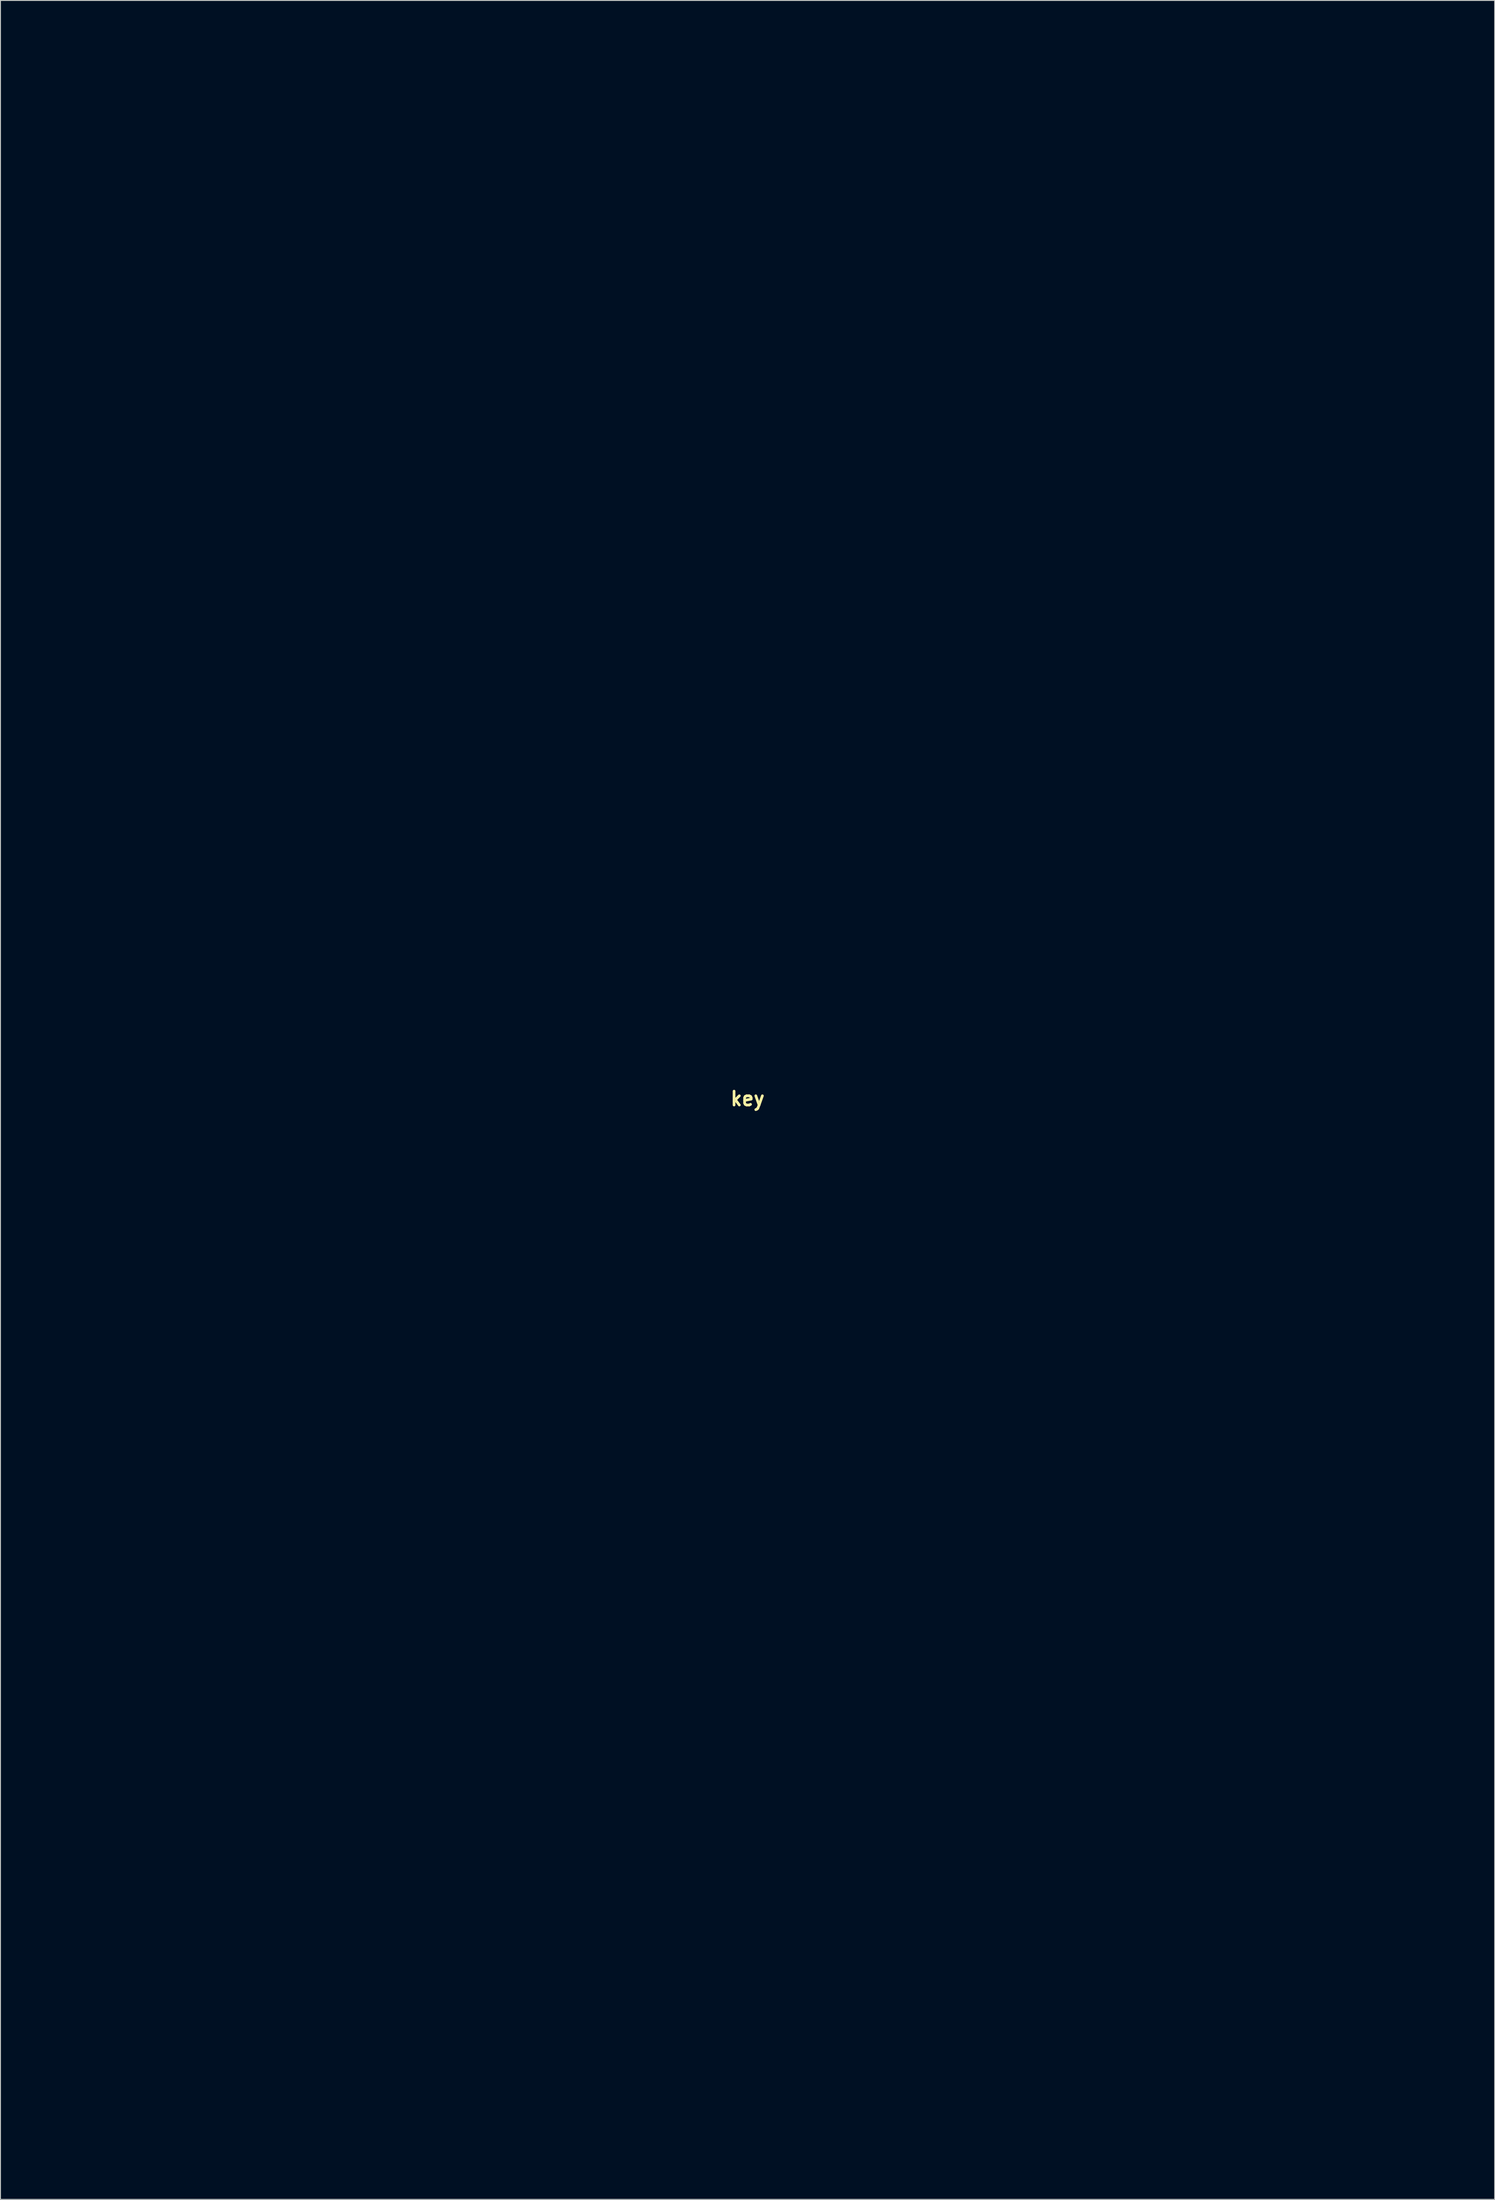
<source format=kicad_pcb>
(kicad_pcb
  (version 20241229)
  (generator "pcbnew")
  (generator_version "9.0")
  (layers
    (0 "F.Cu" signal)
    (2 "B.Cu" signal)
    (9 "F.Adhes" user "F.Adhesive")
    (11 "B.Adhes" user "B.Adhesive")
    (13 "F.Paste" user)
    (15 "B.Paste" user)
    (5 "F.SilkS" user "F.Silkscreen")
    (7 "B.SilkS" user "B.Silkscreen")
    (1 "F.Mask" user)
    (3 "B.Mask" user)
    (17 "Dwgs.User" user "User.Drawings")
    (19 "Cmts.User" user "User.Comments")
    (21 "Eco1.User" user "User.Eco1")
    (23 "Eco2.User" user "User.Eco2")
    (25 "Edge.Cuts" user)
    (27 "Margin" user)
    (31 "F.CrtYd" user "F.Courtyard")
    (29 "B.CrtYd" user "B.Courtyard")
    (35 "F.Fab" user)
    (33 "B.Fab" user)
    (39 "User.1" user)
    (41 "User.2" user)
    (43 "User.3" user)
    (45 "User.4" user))
  (footprint "key"
    (layer "F.Cu")
    (at 79.253 117.861)
    (property "Reference" "key" (at 0 0 0) (layer "F.SilkS") (effects (font (size 1.524 1.524) (thickness 0.3))))
    (attr through_hole)
    (fp_poly (pts (xy -11.769 -2.921) (xy -11.549 -2.045) (xy -11.473 -1.551) (xy -11.561 -1.33) (xy -11.833 -1.272) (xy -12.065 -1.27) (xy -12.542 -1.362) (xy -12.7 -1.539) (xy -12.642 -1.929) (xy -12.494 -2.612) (xy -12.399 -2.999) (xy -12.099 -4.191) (xy -11.769 -2.921)) (stroke (width 0.01) (type solid)) (fill yes) (layer "F.Mask"))
    (fp_poly (pts (xy 18.457 -2.921) (xy 18.677 -2.045) (xy 18.753 -1.551) (xy 18.665 -1.33) (xy 18.393 -1.272) (xy 18.161 -1.27) (xy 17.684 -1.362) (xy 17.526 -1.539) (xy 17.584 -1.929) (xy 17.732 -2.612) (xy 17.827 -2.999) (xy 18.127 -4.191) (xy 18.457 -2.921)) (stroke (width 0.01) (type solid)) (fill yes) (layer "F.Mask"))
    (fp_poly (pts (xy -21.793 -23.673) (xy -21.392 -23.106) (xy -21.336 -22.691) (xy -21.562 -22.109) (xy -22.134 -21.702) (xy -22.716 -21.59) (xy -22.975 -21.723) (xy -23.094 -22.19) (xy -23.114 -22.733) (xy -23.085 -23.441) (xy -22.954 -23.776) (xy -22.65 -23.873) (xy -22.53 -23.876) (xy -21.793 -23.673)) (stroke (width 0.01) (type solid)) (fill yes) (layer "F.Mask"))
    (fp_poly (pts (xy -21.541 -4.37) (xy -21.136 -3.815) (xy -21.082 -3.429) (xy -21.293 -2.726) (xy -21.872 -2.338) (xy -22.276 -2.286) (xy -22.637 -2.342) (xy -22.809 -2.599) (xy -22.859 -3.193) (xy -22.86 -3.429) (xy -22.831 -4.137) (xy -22.7 -4.472) (xy -22.396 -4.569) (xy -22.276 -4.572) (xy -21.541 -4.37)) (stroke (width 0.01) (type solid)) (fill yes) (layer "F.Mask"))
    (fp_poly (pts (xy -6.79 -33.345) (xy -6.321 -32.88) (xy -6.222 -32.264) (xy -6.246 -32.168) (xy -6.389 -31.731) (xy -6.572 -31.525) (xy -6.976 -31.408) (xy -7.321 -31.34) (xy -8.128 -31.178) (xy -8.128 -32.353) (xy -8.103 -33.072) (xy -7.979 -33.417) (xy -7.688 -33.523) (xy -7.511 -33.528) (xy -6.79 -33.345)) (stroke (width 0.01) (type solid)) (fill yes) (layer "F.Mask"))
    (fp_poly (pts (xy -1.71 -23.693) (xy -1.241 -23.228) (xy -1.142 -22.612) (xy -1.166 -22.516) (xy -1.309 -22.079) (xy -1.492 -21.873) (xy -1.896 -21.756) (xy -2.241 -21.688) (xy -3.048 -21.526) (xy -3.048 -22.701) (xy -3.023 -23.42) (xy -2.899 -23.765) (xy -2.608 -23.871) (xy -2.431 -23.876) (xy -1.71 -23.693)) (stroke (width 0.01) (type solid)) (fill yes) (layer "F.Mask"))
    (fp_poly (pts (xy 3.229 -32.294) (xy 3.379 -31.814) (xy 3.549 -31.121) (xy 3.692 -30.671) (xy 3.725 -30.361) (xy 3.42 -30.24) (xy 3.058 -30.226) (xy 2.508 -30.28) (xy 2.351 -30.49) (xy 2.384 -30.671) (xy 2.543 -31.256) (xy 2.682 -31.814) (xy 2.863 -32.318) (xy 3.044 -32.512) (xy 3.229 -32.294)) (stroke (width 0.01) (type solid)) (fill yes) (layer "F.Mask"))
    (fp_poly (pts (xy -16.833 -14.134) (xy -16.429 -13.675) (xy -16.189 -12.796) (xy -16.129 -11.841) (xy -16.222 -10.692) (xy -16.477 -9.874) (xy -16.857 -9.433) (xy -17.325 -9.413) (xy -17.787 -9.787) (xy -18.105 -10.453) (xy -18.241 -11.35) (xy -18.209 -12.324) (xy -18.023 -13.22) (xy -17.697 -13.887) (xy -17.383 -14.138) (xy -16.833 -14.134)) (stroke (width 0.01) (type solid)) (fill yes) (layer "F.Mask"))
    (fp_poly (pts (xy -11.753 -72.046) (xy -11.349 -71.587) (xy -11.109 -70.708) (xy -11.049 -69.753) (xy -11.142 -68.604) (xy -11.397 -67.786) (xy -11.777 -67.345) (xy -12.245 -67.325) (xy -12.707 -67.699) (xy -13.025 -68.365) (xy -13.161 -69.262) (xy -13.129 -70.236) (xy -12.943 -71.132) (xy -12.617 -71.799) (xy -12.303 -72.05) (xy -11.753 -72.046)) (stroke (width 0.01) (type solid)) (fill yes) (layer "F.Mask"))
    (fp_poly (pts (xy -26.808 -23.642) (xy -26.429 -23.013) (xy -26.203 -22.101) (xy -26.162 -21.463) (xy -26.27 -20.416) (xy -26.558 -19.629) (xy -26.972 -19.165) (xy -27.456 -19.085) (xy -27.941 -19.432) (xy -28.115 -19.895) (xy -28.228 -20.703) (xy -28.258 -21.463) (xy -28.171 -22.717) (xy -27.908 -23.51) (xy -27.461 -23.856) (xy -27.288 -23.876) (xy -26.808 -23.642)) (stroke (width 0.01) (type solid)) (fill yes) (layer "F.Mask"))
    (fp_poly (pts (xy 28.576 -100.961) (xy 28.972 -100.47) (xy 29.178 -99.511) (xy 29.21 -98.741) (xy 29.123 -97.45) (xy 28.864 -96.633) (xy 28.434 -96.291) (xy 27.834 -96.426) (xy 27.722 -96.492) (xy 27.469 -96.897) (xy 27.288 -97.645) (xy 27.2 -98.574) (xy 27.227 -99.522) (xy 27.283 -99.919) (xy 27.579 -100.683) (xy 27.993 -100.982) (xy 28.576 -100.961)) (stroke (width 0.01) (type solid)) (fill yes) (layer "F.Mask"))
    (fp_poly (pts (xy 79.248 118.11) (xy -79.248 118.11) (xy -79.248 114.427) (xy -13.208 114.427) (xy -13.058 114.678) (xy -12.55 114.793) (xy -12.065 114.808) (xy -11.312 114.758) (xy -10.968 114.589) (xy -10.922 114.427) (xy -11.072 114.176) (xy -11.58 114.061) (xy -12.065 114.046) (xy -12.818 114.096) (xy -13.162 114.265) (xy -13.208 114.427) (xy -79.248 114.427) (xy -79.248 111.76) (xy -17.526 111.76) (xy -17.485 112.559) (xy -17.344 112.949) (xy -17.145 113.03) (xy -16.905 112.894) (xy -16.788 112.423) (xy -16.764 111.76) (xy -16.773 111.591) (xy -7.62 111.591) (xy -7.575 112.429) (xy -7.407 112.871) (xy -7.066 113.024) (xy -6.943 113.03) (xy -6.719 112.835) (xy -6.615 112.216) (xy -6.604 111.76) (xy -6.631 110.998) (xy -6.744 110.618) (xy -6.995 110.495) (xy -7.112 110.49) (xy -7.434 110.568) (xy -7.583 110.889) (xy -7.62 111.583) (xy -7.62 111.591) (xy -16.773 111.591) (xy -16.805 110.961) (xy -16.946 110.571) (xy -17.145 110.49) (xy -17.385 110.626) (xy -17.502 111.097) (xy -17.526 111.76) (xy -79.248 111.76) (xy -79.248 101.007) (xy -29.408 101.007) (xy -29.269 101.304) (xy -28.964 101.976) (xy -28.531 102.935) (xy -28.012 104.093) (xy -27.793 104.583) (xy -27.144 105.995) (xy -26.645 106.984) (xy -26.265 107.602) (xy -25.975 107.901) (xy -25.827 107.948) (xy -25.499 107.833) (xy -25.506 107.735) (xy 1.052 107.735) (xy 1.113 107.889) (xy 1.292 107.907) (xy 1.323 107.903) (xy 1.587 107.776) (xy 1.89 107.427) (xy 2.271 106.796) (xy 2.765 105.821) (xy 3.41 104.44) (xy 3.468 104.314) (xy 4.073 102.972) (xy 4.482 102.024) (xy 4.715 101.406) (xy 4.79 101.053) (xy 4.729 100.899) (xy 4.55 100.881) (xy 4.519 100.885) (xy 4.255 101.012) (xy 3.952 101.361) (xy 3.571 101.992) (xy 3.077 102.967) (xy 2.432 104.348) (xy 2.374 104.474) (xy 1.769 105.816) (xy 1.36 106.764) (xy 1.127 107.382) (xy 1.052 107.735) (xy -25.506 107.735) (xy -25.528 107.438) (xy -25.692 107.019) (xy -26.021 106.245) (xy -26.443 105.283) (xy -24.384 105.283) (xy -24.295 105.469) (xy -23.97 105.585) (xy -23.322 105.645) (xy -22.264 105.664) (xy -22.098 105.664) (xy -20.983 105.649) (xy -20.288 105.595) (xy -19.927 105.487) (xy -19.836 105.347) (xy -19.495 105.347) (xy -19.414 105.505) (xy -19 105.604) (xy -18.19 105.654) (xy -17.293 105.664) (xy -16.177 105.65) (xy -15.48 105.598) (xy -15.113 105.494) (xy -15.007 105.347) (xy -14.415 105.347) (xy -14.334 105.505) (xy -13.92 105.604) (xy -13.11 105.654) (xy -12.213 105.664) (xy -11.097 105.65) (xy -10.4 105.598) (xy -10.033 105.494) (xy -9.909 105.322) (xy -9.907 105.283) (xy -9.398 105.283) (xy -9.309 105.469) (xy -8.984 105.585) (xy -8.336 105.645) (xy -7.278 105.664) (xy -7.112 105.664) (xy -5.997 105.649) (xy -5.302 105.595) (xy -4.941 105.487) (xy -4.827 105.311) (xy -4.826 105.283) (xy -4.318 105.283) (xy -4.229 105.469) (xy -3.904 105.585) (xy -3.256 105.645) (xy -2.198 105.664) (xy -2.032 105.664) (xy -0.917 105.649) (xy -0.222 105.595) (xy 0.139 105.487) (xy 0.253 105.311) (xy 0.254 105.283) (xy 0.165 105.097) (xy -0.16 104.981) (xy -0.808 104.921) (xy -1.866 104.902) (xy -2.032 104.902) (xy -3.147 104.917) (xy -3.842 104.971) (xy -4.203 105.079) (xy -4.317 105.255) (xy -4.318 105.283) (xy -4.826 105.283) (xy -4.915 105.097) (xy -5.24 104.981) (xy -5.888 104.921) (xy -6.946 104.902) (xy -7.112 104.902) (xy -8.227 104.917) (xy -8.922 104.971) (xy -9.283 105.079) (xy -9.397 105.255) (xy -9.398 105.283) (xy -9.907 105.283) (xy -9.906 105.273) (xy -9.982 105.084) (xy -10.272 104.975) (xy -10.866 104.934) (xy -11.858 104.948) (xy -12.108 104.956) (xy -13.37 105.034) (xy -14.137 105.168) (xy -14.415 105.347) (xy -15.007 105.347) (xy -14.989 105.322) (xy -14.986 105.273) (xy -15.062 105.084) (xy -15.352 104.975) (xy -15.946 104.934) (xy -16.938 104.948) (xy -17.188 104.956) (xy -18.45 105.034) (xy -19.217 105.168) (xy -19.495 105.347) (xy -19.836 105.347) (xy -19.813 105.311) (xy -19.812 105.283) (xy -19.901 105.097) (xy -20.226 104.981) (xy -20.874 104.921) (xy -21.932 104.902) (xy -22.098 104.902) (xy -23.213 104.917) (xy -23.908 104.971) (xy -24.269 105.079) (xy -24.383 105.255) (xy -24.384 105.283) (xy -26.443 105.283) (xy -26.47 105.223) (xy -26.991 104.06) (xy -27.043 103.946) (xy -27.249 103.505) (xy -24.384 103.505) (xy -24.295 103.691) (xy -23.97 103.807) (xy -23.322 103.867) (xy -22.264 103.886) (xy -22.098 103.886) (xy -20.983 103.871) (xy -20.288 103.817) (xy -19.927 103.709) (xy -19.836 103.569) (xy -19.495 103.569) (xy -19.414 103.727) (xy -19 103.826) (xy -18.19 103.876) (xy -17.293 103.886) (xy -16.177 103.872) (xy -15.48 103.82) (xy -15.113 103.716) (xy -15.007 103.569) (xy -14.415 103.569) (xy -14.334 103.727) (xy -13.92 103.826) (xy -13.11 103.876) (xy -12.213 103.886) (xy -11.097 103.872) (xy -10.4 103.82) (xy -10.033 103.716) (xy -9.909 103.544) (xy -9.907 103.505) (xy -9.398 103.505) (xy -9.309 103.691) (xy -8.984 103.807) (xy -8.336 103.867) (xy -7.278 103.886) (xy -7.112 103.886) (xy -5.997 103.871) (xy -5.302 103.817) (xy -4.941 103.709) (xy -4.827 103.533) (xy -4.826 103.505) (xy -4.318 103.505) (xy -4.229 103.691) (xy -3.904 103.807) (xy -3.256 103.867) (xy -2.198 103.886) (xy -2.032 103.886) (xy -0.917 103.871) (xy -0.222 103.817) (xy 0.139 103.709) (xy 0.253 103.533) (xy 0.254 103.505) (xy 0.165 103.319) (xy -0.16 103.203) (xy -0.808 103.143) (xy -1.866 103.124) (xy -2.032 103.124) (xy -3.147 103.139) (xy -3.842 103.193) (xy -4.203 103.301) (xy -4.317 103.477) (xy -4.318 103.505) (xy -4.826 103.505) (xy -4.915 103.319) (xy -5.24 103.203) (xy -5.888 103.143) (xy -6.946 103.124) (xy -7.112 103.124) (xy -8.227 103.139) (xy -8.922 103.193) (xy -9.283 103.301) (xy -9.397 103.477) (xy -9.398 103.505) (xy -9.907 103.505) (xy -9.906 103.495) (xy -9.982 103.306) (xy -10.272 103.197) (xy -10.866 103.156) (xy -11.858 103.17) (xy -12.108 103.178) (xy -13.37 103.256) (xy -14.137 103.39) (xy -14.415 103.569) (xy -15.007 103.569) (xy -14.989 103.544) (xy -14.986 103.495) (xy -15.062 103.306) (xy -15.352 103.197) (xy -15.946 103.156) (xy -16.938 103.17) (xy -17.188 103.178) (xy -18.45 103.256) (xy -19.217 103.39) (xy -19.495 103.569) (xy -19.836 103.569) (xy -19.813 103.533) (xy -19.812 103.505) (xy -19.901 103.319) (xy -20.226 103.203) (xy -20.874 103.143) (xy -21.932 103.124) (xy -22.098 103.124) (xy -23.213 103.139) (xy -23.908 103.193) (xy -24.269 103.301) (xy -24.383 103.477) (xy -24.384 103.505) (xy -27.249 103.505) (xy -27.644 102.657) (xy -28.103 101.774) (xy -28.461 101.227) (xy -28.762 100.95) (xy -28.958 100.88) (xy -29.349 100.891) (xy -29.408 101.007) (xy -79.248 101.007) (xy -79.248 91.37) (xy -34.257 91.37) (xy -34.199 91.694) (xy -33.986 92.278) (xy -33.596 93.188) (xy -33.01 94.489) (xy -32.995 94.522) (xy -32.359 95.922) (xy -31.898 96.927) (xy -31.572 97.601) (xy -31.344 98.01) (xy -31.172 98.219) (xy -31.019 98.294) (xy -30.845 98.3) (xy -30.734 98.298) (xy -30.573 98.245) (xy -30.541 98.083) (xy 6.132 98.083) (xy 6.193 98.237) (xy 6.372 98.255) (xy 6.403 98.251) (xy 6.667 98.124) (xy 6.97 97.775) (xy 7.351 97.144) (xy 7.845 96.169) (xy 8.49 94.788) (xy 8.548 94.662) (xy 9.153 93.32) (xy 9.562 92.372) (xy 9.795 91.754) (xy 9.87 91.401) (xy 9.809 91.247) (xy 9.63 91.229) (xy 9.599 91.233) (xy 9.335 91.36) (xy 9.032 91.709) (xy 8.651 92.34) (xy 8.157 93.315) (xy 7.512 94.696) (xy 7.454 94.822) (xy 6.849 96.164) (xy 6.44 97.112) (xy 6.207 97.73) (xy 6.132 98.083) (xy -30.541 98.083) (xy -30.534 98.045) (xy -30.636 97.631) (xy -30.901 96.94) (xy -31.349 95.907) (xy -31.473 95.631) (xy -29.464 95.631) (xy -29.375 95.817) (xy -29.05 95.933) (xy -28.402 95.993) (xy -27.344 96.012) (xy -27.178 96.012) (xy -26.063 95.997) (xy -25.368 95.943) (xy -25.007 95.835) (xy -24.893 95.659) (xy -24.892 95.631) (xy -24.384 95.631) (xy -24.295 95.817) (xy -23.97 95.933) (xy -23.322 95.993) (xy -22.264 96.012) (xy -22.098 96.012) (xy -20.983 95.997) (xy -20.288 95.943) (xy -19.927 95.835) (xy -19.836 95.695) (xy -19.495 95.695) (xy -19.414 95.853) (xy -19 95.952) (xy -18.19 96.002) (xy -17.293 96.012) (xy -16.177 95.998) (xy -15.48 95.946) (xy -15.113 95.842) (xy -15.007 95.695) (xy -14.415 95.695) (xy -14.334 95.853) (xy -13.92 95.952) (xy -13.11 96.002) (xy -12.213 96.012) (xy -11.097 95.998) (xy -10.4 95.946) (xy -10.033 95.842) (xy -9.909 95.67) (xy -9.907 95.631) (xy -9.398 95.631) (xy -9.309 95.817) (xy -8.984 95.933) (xy -8.336 95.993) (xy -7.278 96.012) (xy -7.112 96.012) (xy -5.997 95.997) (xy -5.302 95.943) (xy -4.941 95.835) (xy -4.827 95.659) (xy -4.826 95.631) (xy -4.318 95.631) (xy -4.229 95.817) (xy -3.904 95.933) (xy -3.256 95.993) (xy -2.198 96.012) (xy -2.032 96.012) (xy -0.917 95.997) (xy -0.222 95.943) (xy 0.139 95.835) (xy 0.253 95.659) (xy 0.254 95.631) (xy 0.762 95.631) (xy 0.851 95.817) (xy 1.176 95.933) (xy 1.824 95.993) (xy 2.882 96.012) (xy 3.048 96.012) (xy 4.163 95.997) (xy 4.858 95.943) (xy 5.219 95.835) (xy 5.333 95.659) (xy 5.334 95.631) (xy 5.245 95.445) (xy 4.92 95.329) (xy 4.272 95.269) (xy 3.214 95.25) (xy 3.048 95.25) (xy 1.933 95.265) (xy 1.238 95.319) (xy 0.877 95.427) (xy 0.763 95.603) (xy 0.762 95.631) (xy 0.254 95.631) (xy 0.165 95.445) (xy -0.16 95.329) (xy -0.808 95.269) (xy -1.866 95.25) (xy -2.032 95.25) (xy -3.147 95.265) (xy -3.842 95.319) (xy -4.203 95.427) (xy -4.317 95.603) (xy -4.318 95.631) (xy -4.826 95.631) (xy -4.915 95.445) (xy -5.24 95.329) (xy -5.888 95.269) (xy -6.946 95.25) (xy -7.112 95.25) (xy -8.227 95.265) (xy -8.922 95.319) (xy -9.283 95.427) (xy -9.397 95.603) (xy -9.398 95.631) (xy -9.907 95.631) (xy -9.906 95.621) (xy -9.982 95.432) (xy -10.272 95.323) (xy -10.866 95.282) (xy -11.858 95.296) (xy -12.108 95.304) (xy -13.37 95.382) (xy -14.137 95.516) (xy -14.415 95.695) (xy -15.007 95.695) (xy -14.989 95.67) (xy -14.986 95.621) (xy -15.062 95.432) (xy -15.352 95.323) (xy -15.946 95.282) (xy -16.938 95.296) (xy -17.188 95.304) (xy -18.45 95.382) (xy -19.217 95.516) (xy -19.495 95.695) (xy -19.836 95.695) (xy -19.813 95.659) (xy -19.812 95.631) (xy -19.901 95.445) (xy -20.226 95.329) (xy -20.874 95.269) (xy -21.932 95.25) (xy -22.098 95.25) (xy -23.213 95.265) (xy -23.908 95.319) (xy -24.269 95.427) (xy -24.383 95.603) (xy -24.384 95.631) (xy -24.892 95.631) (xy -24.981 95.445) (xy -25.306 95.329) (xy -25.954 95.269) (xy -27.012 95.25) (xy -27.178 95.25) (xy -28.293 95.265) (xy -28.988 95.319) (xy -29.349 95.427) (xy -29.463 95.603) (xy -29.464 95.631) (xy -31.473 95.631) (xy -31.846 94.805) (xy -32.289 93.853) (xy -29.464 93.853) (xy -29.375 94.039) (xy -29.05 94.155) (xy -28.402 94.215) (xy -27.344 94.234) (xy -27.178 94.234) (xy -26.063 94.219) (xy -25.368 94.165) (xy -25.007 94.057) (xy -24.893 93.881) (xy -24.892 93.853) (xy -24.384 93.853) (xy -24.295 94.039) (xy -23.97 94.155) (xy -23.322 94.215) (xy -22.264 94.234) (xy -22.098 94.234) (xy -20.983 94.219) (xy -20.288 94.165) (xy -19.927 94.057) (xy -19.836 93.916) (xy -19.495 93.916) (xy -19.414 94.075) (xy -19 94.174) (xy -18.19 94.224) (xy -17.293 94.234) (xy -16.177 94.22) (xy -15.48 94.168) (xy -15.113 94.064) (xy -15.007 93.916) (xy -14.415 93.916) (xy -14.334 94.075) (xy -13.92 94.174) (xy -13.11 94.224) (xy -12.213 94.234) (xy -11.097 94.22) (xy -10.4 94.168) (xy -10.033 94.064) (xy -9.909 93.892) (xy -9.907 93.853) (xy -9.398 93.853) (xy -9.309 94.039) (xy -8.984 94.155) (xy -8.336 94.215) (xy -7.278 94.234) (xy -7.112 94.234) (xy -5.997 94.219) (xy -5.302 94.165) (xy -4.941 94.057) (xy -4.827 93.881) (xy -4.826 93.853) (xy -4.318 93.853) (xy -4.229 94.039) (xy -3.904 94.155) (xy -3.256 94.215) (xy -2.198 94.234) (xy -2.032 94.234) (xy -0.917 94.219) (xy -0.222 94.165) (xy 0.139 94.057) (xy 0.253 93.881) (xy 0.254 93.853) (xy 0.762 93.853) (xy 0.851 94.039) (xy 1.176 94.155) (xy 1.824 94.215) (xy 2.882 94.234) (xy 3.048 94.234) (xy 4.163 94.219) (xy 4.858 94.165) (xy 5.219 94.057) (xy 5.333 93.881) (xy 5.334 93.853) (xy 5.245 93.667) (xy 4.92 93.551) (xy 4.272 93.491) (xy 3.214 93.472) (xy 3.048 93.472) (xy 1.933 93.487) (xy 1.238 93.541) (xy 0.877 93.649) (xy 0.763 93.825) (xy 0.762 93.853) (xy 0.254 93.853) (xy 0.165 93.667) (xy -0.16 93.551) (xy -0.808 93.491) (xy -1.866 93.472) (xy -2.032 93.472) (xy -3.147 93.487) (xy -3.842 93.541) (xy -4.203 93.649) (xy -4.317 93.825) (xy -4.318 93.853) (xy -4.826 93.853) (xy -4.915 93.667) (xy -5.24 93.551) (xy -5.888 93.491) (xy -6.946 93.472) (xy -7.112 93.472) (xy -8.227 93.487) (xy -8.922 93.541) (xy -9.283 93.649) (xy -9.397 93.825) (xy -9.398 93.853) (xy -9.907 93.853) (xy -9.906 93.843) (xy -9.982 93.654) (xy -10.272 93.545) (xy -10.866 93.504) (xy -11.858 93.518) (xy -12.108 93.526) (xy -13.37 93.604) (xy -14.137 93.738) (xy -14.415 93.916) (xy -15.007 93.916) (xy -14.989 93.892) (xy -14.986 93.843) (xy -15.062 93.654) (xy -15.352 93.545) (xy -15.946 93.504) (xy -16.938 93.518) (xy -17.188 93.526) (xy -18.45 93.604) (xy -19.217 93.738) (xy -19.495 93.916) (xy -19.836 93.916) (xy -19.813 93.881) (xy -19.812 93.853) (xy -19.901 93.667) (xy -20.226 93.551) (xy -20.874 93.491) (xy -21.932 93.472) (xy -22.098 93.472) (xy -23.213 93.487) (xy -23.908 93.541) (xy -24.269 93.649) (xy -24.383 93.825) (xy -24.384 93.853) (xy -24.892 93.853) (xy -24.981 93.667) (xy -25.306 93.551) (xy -25.954 93.491) (xy -27.012 93.472) (xy -27.178 93.472) (xy -28.293 93.487) (xy -28.988 93.541) (xy -29.349 93.649) (xy -29.463 93.825) (xy -29.464 93.853) (xy -32.289 93.853) (xy -32.503 93.394) (xy -33.007 92.392) (xy -33.395 91.739) (xy -33.703 91.374) (xy -33.968 91.235) (xy -33.981 91.233) (xy -34.177 91.238) (xy -34.257 91.37) (xy -79.248 91.37) (xy -79.248 88.683) (xy 10.912 88.683) (xy 11.452 88.601) (xy 11.737 88.455) (xy 12.066 88.059) (xy 12.478 87.349) (xy 13.011 86.26) (xy 13.343 85.538) (xy 13.996 84.092) (xy 14.457 83.044) (xy 14.743 82.329) (xy 14.876 81.885) (xy 14.874 81.647) (xy 14.756 81.551) (xy 14.555 81.534) (xy 14.251 81.684) (xy 13.886 82.173) (xy 13.423 83.057) (xy 13.102 83.757) (xy 12.583 84.923) (xy 12.061 86.096) (xy 11.626 87.075) (xy 11.513 87.331) (xy 10.912 88.683) (xy -79.248 88.683) (xy -79.248 81.718) (xy -39.337 81.718) (xy -39.279 82.042) (xy -39.066 82.626) (xy -38.676 83.536) (xy -38.09 84.837) (xy -38.075 84.87) (xy -37.439 86.27) (xy -36.978 87.275) (xy -36.652 87.949) (xy -36.424 88.358) (xy -36.252 88.567) (xy -36.099 88.642) (xy -35.925 88.648) (xy -35.814 88.646) (xy -35.653 88.593) (xy -35.614 88.393) (xy -35.716 87.979) (xy -35.981 87.288) (xy -36.429 86.255) (xy -36.926 85.153) (xy -37.583 83.742) (xy -38.087 82.74) (xy -38.475 82.087) (xy -38.783 81.722) (xy -39.048 81.583) (xy -39.061 81.581) (xy -39.257 81.586) (xy -39.337 81.718) (xy -79.248 81.718) (xy -79.248 75.946) (xy -42.926 75.946) (xy -42.923 77.519) (xy -42.91 78.655) (xy -42.877 79.426) (xy -42.817 79.9) (xy -42.72 80.151) (xy -42.58 80.249) (xy -42.418 80.264) (xy -42.233 80.241) (xy -42.099 80.126) (xy -42.009 79.847) (xy -41.953 79.334) (xy -41.923 78.516) (xy -41.912 77.321) (xy -41.91 75.946) (xy 17.78 75.946) (xy 17.786 77.546) (xy 17.807 78.705) (xy 17.85 79.489) (xy 17.92 79.966) (xy 18.023 80.202) (xy 18.161 80.264) (xy 18.302 80.198) (xy 18.404 79.957) (xy 18.474 79.472) (xy 18.516 78.678) (xy 18.537 77.508) (xy 18.542 75.946) (xy 18.536 74.346) (xy 18.515 73.187) (xy 18.472 72.403) (xy 18.402 71.926) (xy 18.299 71.69) (xy 18.161 71.628) (xy 18.02 71.694) (xy 17.918 71.935) (xy 17.848 72.42) (xy 17.806 73.214) (xy 17.785 74.384) (xy 17.78 75.946) (xy -41.91 75.946) (xy -41.913 74.373) (xy -41.926 73.237) (xy -41.959 72.466) (xy -42.019 71.992) (xy -42.116 71.741) (xy -42.256 71.643) (xy -42.418 71.628) (xy -42.603 71.651) (xy -42.737 71.766) (xy -42.827 72.045) (xy -42.883 72.558) (xy -42.913 73.376) (xy -42.924 74.571) (xy -42.926 75.946) (xy -79.248 75.946) (xy -79.248 70.549) (xy -19.748 70.549) (xy -19.671 70.696) (xy -19.278 70.794) (xy -18.509 70.848) (xy -17.301 70.866) (xy -17.145 70.866) (xy -15.887 70.851) (xy -15.075 70.801) (xy -14.645 70.709) (xy -14.537 70.567) (xy -14.539 70.558) (xy -9.592 70.558) (xy -9.533 70.707) (xy -9.191 70.795) (xy -8.496 70.831) (xy -7.378 70.82) (xy -7.073 70.812) (xy -5.87 70.755) (xy -5.01 70.666) (xy -4.56 70.552) (xy -4.508 70.485) (xy -4.779 70.35) (xy -5.42 70.263) (xy -6.299 70.222) (xy -7.281 70.225) (xy -8.232 70.271) (xy -9.017 70.357) (xy -9.503 70.481) (xy -9.592 70.558) (xy -14.539 70.558) (xy -14.541 70.549) (xy -14.784 70.386) (xy -15.413 70.284) (xy -16.478 70.236) (xy -17.145 70.231) (xy -18.432 70.255) (xy -19.26 70.331) (xy -19.679 70.464) (xy -19.748 70.549) (xy -79.248 70.549) (xy -79.248 62.393) (xy -49.429 62.393) (xy -49.398 62.696) (xy -49.21 63.237) (xy -48.847 64.082) (xy -48.289 65.299) (xy -48.085 65.739) (xy -47.586 66.817) (xy -47.151 67.774) (xy -46.836 68.486) (xy -46.716 68.77) (xy -46.325 69.24) (xy -45.965 69.342) (xy -45.585 69.268) (xy -45.535 69.151) (xy -45.669 68.863) (xy -45.97 68.198) (xy -46.399 67.245) (xy -46.917 66.091) (xy -47.137 65.597) (xy -47.786 64.185) (xy -48.285 63.196) (xy -48.665 62.578) (xy -48.838 62.399) (xy -29.408 62.399) (xy -29.269 62.696) (xy -28.964 63.368) (xy -28.531 64.327) (xy -28.012 65.485) (xy -27.793 65.975) (xy -27.144 67.387) (xy -26.645 68.376) (xy -26.265 68.994) (xy -25.975 69.293) (xy -25.827 69.34) (xy -25.499 69.225) (xy -25.528 68.83) (xy -25.692 68.411) (xy -26.021 67.637) (xy -26.47 66.615) (xy -26.991 65.452) (xy -27.043 65.338) (xy -27.644 64.049) (xy -28.103 63.166) (xy -28.461 62.619) (xy -28.7 62.399) (xy -24.328 62.399) (xy -24.189 62.696) (xy -23.884 63.368) (xy -23.451 64.327) (xy -22.932 65.485) (xy -22.713 65.975) (xy -22.064 67.387) (xy -21.565 68.376) (xy -21.185 68.994) (xy -20.895 69.293) (xy -20.747 69.34) (xy -20.419 69.225) (xy -20.436 68.993) (xy -3.954 68.993) (xy -3.953 69.23) (xy -3.835 69.324) (xy -3.637 69.34) (xy -3.386 69.213) (xy -3.32 69.127) (xy 1.052 69.127) (xy 1.113 69.281) (xy 1.292 69.299) (xy 1.323 69.295) (xy 1.587 69.168) (xy 1.629 69.12) (xy 21.124 69.12) (xy 21.261 69.3) (xy 21.532 69.342) (xy 21.784 69.241) (xy 22.083 68.896) (xy 22.465 68.248) (xy 22.967 67.237) (xy 23.49 66.103) (xy 24.03 64.906) (xy 24.499 63.861) (xy 24.854 63.062) (xy 25.054 62.604) (xy 25.078 62.547) (xy 24.982 62.287) (xy 24.706 62.23) (xy 24.458 62.329) (xy 24.165 62.665) (xy 23.79 63.298) (xy 23.297 64.289) (xy 22.71 65.564) (xy 22.169 66.769) (xy 21.701 67.812) (xy 21.349 68.604) (xy 21.151 69.056) (xy 21.124 69.12) (xy 1.629 69.12) (xy 1.89 68.819) (xy 2.271 68.188) (xy 2.765 67.213) (xy 3.41 65.832) (xy 3.468 65.706) (xy 4.073 64.364) (xy 4.482 63.416) (xy 4.715 62.798) (xy 4.79 62.445) (xy 4.729 62.291) (xy 4.55 62.273) (xy 4.519 62.277) (xy 4.255 62.404) (xy 3.952 62.753) (xy 3.571 63.384) (xy 3.077 64.359) (xy 2.432 65.74) (xy 2.374 65.866) (xy 1.769 67.208) (xy 1.36 68.156) (xy 1.127 68.774) (xy 1.052 69.127) (xy -3.32 69.127) (xy -3.065 68.798) (xy -2.644 68.044) (xy -2.091 66.898) (xy -1.671 65.975) (xy -1.129 64.763) (xy -0.658 63.716) (xy -0.297 62.92) (xy -0.088 62.465) (xy -0.056 62.399) (xy -0.17 62.266) (xy -0.487 62.272) (xy -0.775 62.419) (xy -1.106 62.815) (xy -1.522 63.524) (xy -2.061 64.61) (xy -2.406 65.351) (xy -3.066 66.793) (xy -3.531 67.838) (xy -3.82 68.55) (xy -3.954 68.993) (xy -20.436 68.993) (xy -20.448 68.83) (xy -20.612 68.411) (xy -20.941 67.637) (xy -21.39 66.615) (xy -21.911 65.452) (xy -21.963 65.338) (xy -22.564 64.049) (xy -23.023 63.166) (xy -23.381 62.619) (xy -23.682 62.342) (xy -23.878 62.272) (xy -24.269 62.283) (xy -24.328 62.399) (xy -28.7 62.399) (xy -28.762 62.342) (xy -28.958 62.272) (xy -29.349 62.283) (xy -29.408 62.399) (xy -48.838 62.399) (xy -48.955 62.279) (xy -49.103 62.232) (xy -49.325 62.26) (xy -49.429 62.393) (xy -79.248 62.393) (xy -79.248 56.642) (xy -52.832 56.642) (xy -52.826 58.242) (xy -52.805 59.401) (xy -52.762 60.185) (xy -52.692 60.662) (xy -52.589 60.898) (xy -52.451 60.96) (xy -52.31 60.894) (xy -52.208 60.653) (xy -52.138 60.168) (xy -52.096 59.374) (xy -52.075 58.204) (xy -52.07 56.642) (xy -32.766 56.642) (xy -32.763 58.215) (xy -32.75 59.351) (xy -32.717 60.122) (xy -32.657 60.596) (xy -32.56 60.847) (xy -32.42 60.945) (xy -32.258 60.96) (xy -32.073 60.937) (xy -31.939 60.822) (xy -31.849 60.543) (xy -31.793 60.03) (xy -31.763 59.212) (xy -31.752 58.017) (xy -31.75 56.642) (xy -27.686 56.642) (xy -27.68 58.242) (xy -27.659 59.401) (xy -27.616 60.185) (xy -27.546 60.662) (xy -27.443 60.898) (xy -27.305 60.96) (xy -27.164 60.894) (xy -27.062 60.653) (xy -26.992 60.168) (xy -26.95 59.374) (xy -26.929 58.204) (xy -26.924 56.642) (xy 2.54 56.642) (xy 2.543 58.215) (xy 2.556 59.351) (xy 2.589 60.122) (xy 2.649 60.596) (xy 2.746 60.847) (xy 2.886 60.945) (xy 3.048 60.96) (xy 3.233 60.937) (xy 3.367 60.822) (xy 3.457 60.543) (xy 3.513 60.03) (xy 3.543 59.212) (xy 3.554 58.017) (xy 3.556 56.642) (xy 7.62 56.642) (xy 7.623 58.215) (xy 7.636 59.351) (xy 7.669 60.122) (xy 7.729 60.596) (xy 7.826 60.847) (xy 7.966 60.945) (xy 8.128 60.96) (xy 8.313 60.937) (xy 8.447 60.822) (xy 8.537 60.543) (xy 8.593 60.03) (xy 8.623 59.212) (xy 8.634 58.017) (xy 8.636 56.642) (xy 27.686 56.642) (xy 27.689 58.215) (xy 27.702 59.351) (xy 27.735 60.122) (xy 27.795 60.596) (xy 27.892 60.847) (xy 28.032 60.945) (xy 28.194 60.96) (xy 28.379 60.937) (xy 28.513 60.822) (xy 28.603 60.543) (xy 28.659 60.03) (xy 28.689 59.212) (xy 28.7 58.017) (xy 28.702 56.642) (xy 28.699 55.069) (xy 28.686 53.933) (xy 28.653 53.162) (xy 28.593 52.688) (xy 28.496 52.437) (xy 28.356 52.339) (xy 28.194 52.324) (xy 28.009 52.347) (xy 27.875 52.462) (xy 27.785 52.741) (xy 27.729 53.254) (xy 27.699 54.072) (xy 27.688 55.267) (xy 27.686 56.642) (xy 8.636 56.642) (xy 8.633 55.069) (xy 8.62 53.933) (xy 8.587 53.162) (xy 8.527 52.688) (xy 8.43 52.437) (xy 8.29 52.339) (xy 8.128 52.324) (xy 7.943 52.347) (xy 7.809 52.462) (xy 7.719 52.741) (xy 7.663 53.254) (xy 7.633 54.072) (xy 7.622 55.267) (xy 7.62 56.642) (xy 3.556 56.642) (xy 3.553 55.069) (xy 3.54 53.933) (xy 3.507 53.162) (xy 3.447 52.688) (xy 3.35 52.437) (xy 3.21 52.339) (xy 3.048 52.324) (xy 2.863 52.347) (xy 2.729 52.462) (xy 2.639 52.741) (xy 2.583 53.254) (xy 2.553 54.072) (xy 2.542 55.267) (xy 2.54 56.642) (xy -26.924 56.642) (xy -26.93 55.042) (xy -26.951 53.883) (xy -26.994 53.099) (xy -27.064 52.622) (xy -27.167 52.386) (xy -27.305 52.324) (xy -27.446 52.39) (xy -27.548 52.631) (xy -27.618 53.116) (xy -27.66 53.91) (xy -27.681 55.08) (xy -27.686 56.642) (xy -31.75 56.642) (xy -31.753 55.069) (xy -31.766 53.933) (xy -31.799 53.162) (xy -31.859 52.688) (xy -31.956 52.437) (xy -32.096 52.339) (xy -32.258 52.324) (xy -32.443 52.347) (xy -32.577 52.462) (xy -32.667 52.741) (xy -32.723 53.254) (xy -32.753 54.072) (xy -32.764 55.267) (xy -32.766 56.642) (xy -52.07 56.642) (xy -52.076 55.042) (xy -52.097 53.883) (xy -52.14 53.099) (xy -52.21 52.622) (xy -52.313 52.386) (xy -52.451 52.324) (xy -52.592 52.39) (xy -52.694 52.631) (xy -52.764 53.116) (xy -52.806 53.91) (xy -52.827 55.08) (xy -52.832 56.642) (xy -79.248 56.642) (xy -79.248 50.075) (xy -29.474 50.075) (xy -28.934 49.993) (xy -28.649 49.847) (xy -28.32 49.451) (xy -27.908 48.741) (xy -27.375 47.652) (xy -27.043 46.93) (xy -26.39 45.484) (xy -25.929 44.436) (xy -25.643 43.721) (xy -25.51 43.277) (xy -25.512 43.039) (xy -25.63 42.943) (xy -25.831 42.926) (xy -26.135 43.076) (xy -26.5 43.565) (xy -26.963 44.449) (xy -27.284 45.148) (xy -27.803 46.315) (xy -28.325 47.488) (xy -28.76 48.467) (xy -28.873 48.723) (xy -29.474 50.075) (xy -24.394 50.075) (xy -23.854 49.993) (xy -23.569 49.847) (xy -23.24 49.451) (xy -22.828 48.741) (xy -22.295 47.652) (xy -21.963 46.93) (xy -21.31 45.484) (xy -20.849 44.436) (xy -20.563 43.721) (xy -20.43 43.277) (xy -20.432 43.089) (xy -3.963 43.089) (xy -3.932 43.392) (xy -3.744 43.933) (xy -3.381 44.778) (xy -2.823 45.995) (xy -2.619 46.435) (xy -2.12 47.513) (xy -1.685 48.47) (xy -1.37 49.182) (xy -1.25 49.467) (xy -0.859 49.936) (xy -0.499 50.038) (xy -0.119 49.964) (xy -0.069 49.847) (xy -0.203 49.559) (xy -0.504 48.894) (xy -0.933 47.941) (xy -1.451 46.787) (xy -1.671 46.293) (xy -2.32 44.881) (xy -2.819 43.892) (xy -3.199 43.274) (xy -3.358 43.11) (xy 1.049 43.11) (xy 1.107 43.434) (xy 1.32 44.018) (xy 1.71 44.928) (xy 2.296 46.229) (xy 2.311 46.262) (xy 2.947 47.662) (xy 3.408 48.667) (xy 3.734 49.341) (xy 3.962 49.75) (xy 4.134 49.959) (xy 4.287 50.034) (xy 4.461 50.04) (xy 4.572 50.038) (xy 4.733 49.985) (xy 4.772 49.785) (xy 4.749 49.689) (xy 26.272 49.689) (xy 26.273 49.926) (xy 26.391 50.02) (xy 26.589 50.036) (xy 26.84 49.909) (xy 27.161 49.494) (xy 27.582 48.74) (xy 28.135 47.594) (xy 28.555 46.671) (xy 29.097 45.459) (xy 29.568 44.412) (xy 29.929 43.616) (xy 30.138 43.161) (xy 30.17 43.095) (xy 30.056 42.962) (xy 29.739 42.968) (xy 29.451 43.115) (xy 29.12 43.511) (xy 28.704 44.22) (xy 28.165 45.306) (xy 27.82 46.047) (xy 27.16 47.489) (xy 26.695 48.534) (xy 26.406 49.246) (xy 26.272 49.689) (xy 4.749 49.689) (xy 4.67 49.371) (xy 4.405 48.68) (xy 3.957 47.647) (xy 3.46 46.545) (xy 2.803 45.134) (xy 2.299 44.132) (xy 1.911 43.479) (xy 1.603 43.114) (xy 1.338 42.975) (xy 1.325 42.973) (xy 1.129 42.978) (xy 1.049 43.11) (xy -3.358 43.11) (xy -3.489 42.975) (xy -3.637 42.928) (xy -3.859 42.956) (xy -3.963 43.089) (xy -20.432 43.089) (xy -20.432 43.039) (xy -20.55 42.943) (xy -20.751 42.926) (xy -21.055 43.076) (xy -21.42 43.565) (xy -21.883 44.449) (xy -22.204 45.148) (xy -22.723 46.315) (xy -23.245 47.488) (xy -23.68 48.467) (xy -23.793 48.723) (xy -24.394 50.075) (xy -29.474 50.075) (xy -79.248 50.075) (xy -79.248 43.243) (xy -59.615 43.243) (xy -59.468 43.581) (xy -59.155 44.288) (xy -58.716 45.27) (xy -58.195 46.433) (xy -58.03 46.8) (xy -57.412 48.144) (xy -56.941 49.078) (xy -56.583 49.663) (xy -56.298 49.962) (xy -56.073 50.038) (xy -55.71 49.913) (xy -55.694 49.721) (xy -55.84 49.383) (xy -56.153 48.677) (xy -56.592 47.696) (xy -57.115 46.534) (xy -57.282 46.164) (xy -57.906 44.818) (xy -58.381 43.882) (xy -58.743 43.296) (xy -59.029 42.998) (xy -59.246 42.926) (xy -59.605 43.05) (xy -59.615 43.243) (xy -79.248 43.243) (xy -79.248 41.596) (xy -19.75 41.596) (xy -19.686 41.69) (xy -19.394 41.762) (xy -18.83 41.815) (xy -17.949 41.849) (xy -16.707 41.866) (xy -15.061 41.868) (xy -12.964 41.856) (xy -12.214 41.85) (xy -9.818 41.821) (xy -7.856 41.779) (xy -6.344 41.725) (xy -5.299 41.661) (xy -4.736 41.585) (xy -4.635 41.529) (xy -4.9 41.445) (xy -5.595 41.376) (xy -6.644 41.323) (xy -7.971 41.286) (xy -9.499 41.263) (xy -11.15 41.255) (xy -12.849 41.261) (xy -14.518 41.281) (xy -16.08 41.314) (xy -17.46 41.361) (xy -18.58 41.42) (xy -19.362 41.492) (xy -19.732 41.577) (xy -19.75 41.596) (xy -79.248 41.596) (xy -79.248 33.443) (xy -64.714 33.443) (xy -64.575 33.74) (xy -64.27 34.412) (xy -63.837 35.371) (xy -63.318 36.529) (xy -63.099 37.019) (xy -62.45 38.431) (xy -61.951 39.42) (xy -61.571 40.038) (xy -61.281 40.337) (xy -61.133 40.384) (xy -60.805 40.269) (xy -60.822 40.037) (xy 31.352 40.037) (xy 31.353 40.274) (xy 31.471 40.368) (xy 31.669 40.384) (xy 31.92 40.257) (xy 32.241 39.842) (xy 32.662 39.088) (xy 33.215 37.942) (xy 33.635 37.019) (xy 34.177 35.807) (xy 34.648 34.76) (xy 35.009 33.964) (xy 35.218 33.509) (xy 35.25 33.443) (xy 35.136 33.31) (xy 34.819 33.316) (xy 34.531 33.463) (xy 34.2 33.859) (xy 33.784 34.568) (xy 33.245 35.654) (xy 32.9 36.395) (xy 32.24 37.837) (xy 31.775 38.882) (xy 31.486 39.594) (xy 31.352 40.037) (xy -60.822 40.037) (xy -60.834 39.874) (xy -60.998 39.455) (xy -61.327 38.681) (xy -61.776 37.659) (xy -62.297 36.496) (xy -62.349 36.382) (xy -62.95 35.093) (xy -63.409 34.21) (xy -63.767 33.663) (xy -64.068 33.386) (xy -64.264 33.316) (xy -64.655 33.327) (xy -64.714 33.443) (xy -79.248 33.443) (xy -79.248 27.686) (xy -68.072 27.686) (xy -68.066 29.286) (xy -68.045 30.445) (xy -68.002 31.229) (xy -67.932 31.706) (xy -67.829 31.942) (xy -67.691 32.004) (xy -67.55 31.938) (xy -67.522 31.872) (xy -34.798 31.872) (xy -34.739 32.004) (xy -34.521 32.104) (xy -34.082 32.174) (xy -33.359 32.219) (xy -32.29 32.245) (xy -30.812 32.256) (xy -29.697 32.258) (xy -27.894 32.251) (xy -26.548 32.229) (xy -25.607 32.187) (xy -25.022 32.123) (xy -24.741 32.034) (xy -24.701 31.941) (xy -24.882 31.822) (xy -25.366 31.728) (xy -26.201 31.657) (xy -27.434 31.603) (xy -29.112 31.565) (xy -29.802 31.554) (xy -31.533 31.535) (xy -32.819 31.533) (xy -33.724 31.554) (xy -34.31 31.601) (xy -34.641 31.678) (xy -34.78 31.789) (xy -34.798 31.872) (xy -67.522 31.872) (xy -67.448 31.697) (xy -67.378 31.212) (xy -67.336 30.418) (xy -67.315 29.248) (xy -67.31 27.686) (xy -22.606 27.686) (xy -22.6 29.286) (xy -22.579 30.445) (xy -22.536 31.229) (xy -22.466 31.706) (xy -22.363 31.942) (xy -22.225 32.004) (xy -22.084 31.938) (xy -21.982 31.697) (xy -21.912 31.212) (xy -21.87 30.418) (xy -21.849 29.248) (xy -21.844 27.686) (xy -12.446 27.686) (xy -12.44 29.286) (xy -12.419 30.445) (xy -12.376 31.229) (xy -12.306 31.706) (xy -12.203 31.942) (xy -12.065 32.004) (xy -11.924 31.938) (xy -11.894 31.868) (xy 0.508 31.868) (xy 0.586 32.048) (xy 0.875 32.165) (xy 1.461 32.229) (xy 2.428 32.255) (xy 3.069 32.258) (xy 4.287 32.242) (xy 5.06 32.188) (xy 5.451 32.089) (xy 5.525 31.941) (xy 5.243 31.765) (xy 4.514 31.64) (xy 3.312 31.562) (xy 2.964 31.55) (xy 1.812 31.528) (xy 1.079 31.55) (xy 0.679 31.628) (xy 0.522 31.774) (xy 0.508 31.868) (xy -11.894 31.868) (xy -11.822 31.697) (xy -11.752 31.212) (xy -11.71 30.418) (xy -11.689 29.248) (xy -11.684 27.686) (xy -11.69 26.086) (xy -11.711 24.927) (xy -11.754 24.143) (xy -11.824 23.666) (xy -11.88 23.538) (xy 7.011 23.538) (xy 7.144 23.935) (xy 7.373 24.448) (xy 7.767 25.842) (xy 7.863 27.178) (xy 7.707 28.851) (xy 7.373 29.909) (xy 7.086 30.563) (xy 7.012 30.879) (xy 7.154 30.98) (xy 7.391 30.988) (xy 7.847 30.777) (xy 8.291 30.114) (xy 8.389 29.909) (xy 8.71 28.888) (xy 8.856 27.723) (xy 8.856 27.686) (xy 37.846 27.686) (xy 37.849 29.259) (xy 37.862 30.395) (xy 37.895 31.166) (xy 37.955 31.64) (xy 38.052 31.891) (xy 38.192 31.989) (xy 38.354 32.004) (xy 38.539 31.981) (xy 38.673 31.866) (xy 38.763 31.587) (xy 38.819 31.074) (xy 38.849 30.256) (xy 38.86 29.061) (xy 38.862 27.686) (xy 38.859 26.113) (xy 38.846 24.977) (xy 38.813 24.206) (xy 38.753 23.732) (xy 38.656 23.481) (xy 38.516 23.383) (xy 38.354 23.368) (xy 38.169 23.391) (xy 38.035 23.506) (xy 37.945 23.785) (xy 37.889 24.298) (xy 37.859 25.116) (xy 37.848 26.311) (xy 37.846 27.686) (xy 8.856 27.686) (xy 8.842 26.518) (xy 8.684 25.377) (xy 8.397 24.404) (xy 7.998 23.703) (xy 7.503 23.379) (xy 7.391 23.368) (xy 7.093 23.39) (xy 7.011 23.538) (xy -11.88 23.538) (xy -11.927 23.43) (xy -12.065 23.368) (xy -12.206 23.434) (xy -12.308 23.675) (xy -12.378 24.16) (xy -12.42 24.954) (xy -12.441 26.124) (xy -12.446 27.686) (xy -21.844 27.686) (xy -21.85 26.086) (xy -21.871 24.927) (xy -21.914 24.143) (xy -21.984 23.666) (xy -22.087 23.43) (xy -22.225 23.368) (xy -22.366 23.434) (xy -22.468 23.675) (xy -22.538 24.16) (xy -22.58 24.954) (xy -22.601 26.124) (xy -22.606 27.686) (xy -67.31 27.686) (xy -67.316 26.086) (xy -67.337 24.927) (xy -67.38 24.143) (xy -67.45 23.666) (xy -67.553 23.43) (xy -67.691 23.368) (xy -67.832 23.434) (xy -67.934 23.675) (xy -68.004 24.16) (xy -68.046 24.954) (xy -68.067 26.124) (xy -68.072 27.686) (xy -79.248 27.686) (xy -79.248 18.034) (xy -68.072 18.034) (xy -68.066 19.634) (xy -68.045 20.793) (xy -68.002 21.577) (xy -67.932 22.054) (xy -67.829 22.29) (xy -67.691 22.352) (xy -67.55 22.286) (xy -67.525 22.227) (xy -29.896 22.227) (xy -29.846 22.35) (xy -29.538 22.48) (xy -28.885 22.567) (xy -28.011 22.612) (xy -27.043 22.616) (xy -26.105 22.582) (xy -25.321 22.51) (xy -24.818 22.402) (xy -24.701 22.288) (xy -25.008 22.102) (xy -25.794 21.972) (xy -27.051 21.897) (xy -28.396 21.874) (xy -29.285 21.916) (xy -29.769 22.031) (xy -29.896 22.227) (xy -67.525 22.227) (xy -67.448 22.045) (xy -67.378 21.56) (xy -67.336 20.766) (xy -67.315 19.596) (xy -67.31 18.034) (xy -22.606 18.034) (xy -22.6 19.634) (xy -22.579 20.793) (xy -22.536 21.577) (xy -22.466 22.054) (xy -22.363 22.29) (xy -22.225 22.352) (xy -22.084 22.286) (xy -21.982 22.045) (xy -21.912 21.56) (xy -21.87 20.766) (xy -21.849 19.596) (xy -21.844 18.034) (xy -12.446 18.034) (xy -12.44 19.634) (xy -12.419 20.793) (xy -12.376 21.577) (xy -12.306 22.054) (xy -12.203 22.29) (xy -12.065 22.352) (xy -11.924 22.286) (xy -11.822 22.045) (xy -11.752 21.56) (xy -11.71 20.766) (xy -11.689 19.596) (xy -11.684 18.034) (xy -2.54 18.034) (xy -2.537 19.607) (xy -2.524 20.743) (xy -2.491 21.514) (xy -2.431 21.988) (xy -2.334 22.239) (xy -2.194 22.337) (xy -2.032 22.352) (xy -1.847 22.329) (xy -1.715 22.216) (xy 0.508 22.216) (xy 0.586 22.396) (xy 0.875 22.513) (xy 1.461 22.577) (xy 2.428 22.603) (xy 3.069 22.606) (xy 4.287 22.59) (xy 5.06 22.536) (xy 5.451 22.437) (xy 5.525 22.288) (xy 5.243 22.113) (xy 4.514 21.988) (xy 3.312 21.91) (xy 2.964 21.898) (xy 1.812 21.876) (xy 1.079 21.898) (xy 0.679 21.976) (xy 0.522 22.122) (xy 0.508 22.216) (xy -1.715 22.216) (xy -1.713 22.214) (xy -1.623 21.935) (xy -1.567 21.422) (xy -1.537 20.604) (xy -1.526 19.409) (xy -1.524 18.034) (xy 37.846 18.034) (xy 37.849 19.607) (xy 37.862 20.743) (xy 37.895 21.514) (xy 37.955 21.988) (xy 38.052 22.239) (xy 38.192 22.337) (xy 38.354 22.352) (xy 38.539 22.329) (xy 38.673 22.214) (xy 38.763 21.935) (xy 38.819 21.422) (xy 38.849 20.604) (xy 38.86 19.409) (xy 38.862 18.034) (xy 38.859 16.461) (xy 38.846 15.325) (xy 38.813 14.554) (xy 38.753 14.08) (xy 38.656 13.829) (xy 38.516 13.731) (xy 38.354 13.716) (xy 38.169 13.739) (xy 38.035 13.854) (xy 37.945 14.133) (xy 37.889 14.646) (xy 37.859 15.464) (xy 37.848 16.659) (xy 37.846 18.034) (xy -1.524 18.034) (xy -1.527 16.461) (xy -1.54 15.325) (xy -1.573 14.554) (xy -1.633 14.08) (xy -1.73 13.829) (xy -1.87 13.731) (xy -2.032 13.716) (xy -2.217 13.739) (xy -2.351 13.854) (xy -2.441 14.133) (xy -2.497 14.646) (xy -2.527 15.464) (xy -2.538 16.659) (xy -2.54 18.034) (xy -11.684 18.034) (xy -11.69 16.434) (xy -11.711 15.275) (xy -11.754 14.491) (xy -11.824 14.014) (xy -11.927 13.778) (xy -12.065 13.716) (xy -12.206 13.782) (xy -12.308 14.023) (xy -12.378 14.508) (xy -12.42 15.302) (xy -12.441 16.472) (xy -12.446 18.034) (xy -21.844 18.034) (xy -21.85 16.434) (xy -21.871 15.275) (xy -21.914 14.491) (xy -21.984 14.014) (xy -22.087 13.778) (xy -22.225 13.716) (xy -22.366 13.782) (xy -22.468 14.023) (xy -22.538 14.508) (xy -22.58 15.302) (xy -22.601 16.472) (xy -22.606 18.034) (xy -67.31 18.034) (xy -67.316 16.434) (xy -67.337 15.275) (xy -67.38 14.491) (xy -67.45 14.014) (xy -67.553 13.778) (xy -67.691 13.716) (xy -67.832 13.782) (xy -67.934 14.023) (xy -68.004 14.508) (xy -68.046 15.302) (xy -68.067 16.472) (xy -68.072 18.034) (xy -79.248 18.034) (xy -79.248 8.382) (xy -68.072 8.382) (xy -68.066 9.982) (xy -68.045 11.141) (xy -68.002 11.925) (xy -67.932 12.402) (xy -67.829 12.638) (xy -67.691 12.7) (xy -67.55 12.634) (xy -67.522 12.568) (xy -34.798 12.568) (xy -34.739 12.7) (xy -34.521 12.8) (xy -34.082 12.87) (xy -33.359 12.915) (xy -32.29 12.941) (xy -30.812 12.952) (xy -29.697 12.954) (xy -27.894 12.947) (xy -26.548 12.925) (xy -25.607 12.883) (xy -25.022 12.819) (xy -24.741 12.73) (xy -24.701 12.636) (xy -24.797 12.574) (xy 0.508 12.574) (xy 0.57 12.705) (xy 0.798 12.802) (xy 1.254 12.871) (xy 1.999 12.916) (xy 3.095 12.942) (xy 4.604 12.953) (xy 5.609 12.954) (xy 7.412 12.947) (xy 8.758 12.925) (xy 9.699 12.883) (xy 10.284 12.819) (xy 10.565 12.73) (xy 10.605 12.636) (xy 10.425 12.518) (xy 9.944 12.425) (xy 9.112 12.355) (xy 7.885 12.303) (xy 6.213 12.266) (xy 5.503 12.256) (xy 3.77 12.239) (xy 2.481 12.24) (xy 1.575 12.262) (xy 0.988 12.311) (xy 0.658 12.389) (xy 0.523 12.501) (xy 0.508 12.574) (xy -24.797 12.574) (xy -24.882 12.518) (xy -25.366 12.424) (xy -26.201 12.353) (xy -27.434 12.299) (xy -29.112 12.261) (xy -29.802 12.25) (xy -31.533 12.231) (xy -32.819 12.229) (xy -33.724 12.25) (xy -34.31 12.297) (xy -34.641 12.374) (xy -34.78 12.485) (xy -34.798 12.568) (xy -67.522 12.568) (xy -67.448 12.393) (xy -67.378 11.908) (xy -67.336 11.114) (xy -67.315 9.944) (xy -67.31 8.382) (xy 37.846 8.382) (xy 37.849 9.955) (xy 37.862 11.091) (xy 37.895 11.862) (xy 37.955 12.336) (xy 38.052 12.587) (xy 38.192 12.685) (xy 38.354 12.7) (xy 38.539 12.677) (xy 38.673 12.562) (xy 38.763 12.283) (xy 38.819 11.77) (xy 38.849 10.952) (xy 38.86 9.757) (xy 38.862 8.382) (xy 38.859 6.809) (xy 38.846 5.673) (xy 38.813 4.902) (xy 38.753 4.428) (xy 38.656 4.177) (xy 38.516 4.079) (xy 38.354 4.064) (xy 38.169 4.087) (xy 38.035 4.202) (xy 37.945 4.481) (xy 37.889 4.994) (xy 37.859 5.812) (xy 37.848 7.007) (xy 37.846 8.382) (xy -67.31 8.382) (xy -67.316 6.782) (xy -67.337 5.623) (xy -67.38 4.839) (xy -67.45 4.362) (xy -67.553 4.126) (xy -67.691 4.064) (xy -67.832 4.13) (xy -67.934 4.371) (xy -68.004 4.856) (xy -68.046 5.65) (xy -68.067 6.82) (xy -68.072 8.382) (xy -79.248 8.382) (xy -79.248 1.923) (xy 2.117 1.923) (xy 2.177 2.225) (xy 2.466 2.286) (xy 2.943 2.045) (xy 3.382 1.388) (xy 3.73 0.525) (xy 3.764 0.006) (xy 3.478 -0.227) (xy 3.203 -0.254) (xy 2.769 -0.157) (xy 2.527 0.228) (xy 2.426 0.653) (xy 2.274 1.364) (xy 2.129 1.889) (xy 2.117 1.923) (xy -79.248 1.923) (xy -79.248 1.815) (xy -64.78 1.815) (xy -64.24 1.733) (xy -63.955 1.587) (xy -63.626 1.191) (xy -63.214 0.481) (xy -62.681 -0.608) (xy -62.349 -1.33) (xy -61.696 -2.776) (xy -61.235 -3.824) (xy -60.949 -4.539) (xy -60.825 -4.953) (xy -49.784 -4.953) (xy -49.591 -4.671) (xy -48.976 -4.573) (xy -48.895 -4.572) (xy -48.006 -4.572) (xy -48.006 -1.778) (xy -48 -0.555) (xy -47.972 0.247) (xy -47.905 0.718) (xy -47.785 0.943) (xy -47.594 1.013) (xy -47.498 1.016) (xy -47.276 0.984) (xy -47.13 0.829) (xy -47.044 0.463) (xy -47.003 -0.201) (xy -46.991 -1.251) (xy -46.99 -1.778) (xy -46.99 -4.572) (xy -45.991 -4.572) (xy -45.526 -4.564) (xy -45.199 -4.488) (xy -44.973 -4.262) (xy -44.807 -3.805) (xy -44.663 -3.037) (xy -44.503 -1.877) (xy -44.43 -1.321) (xy -44.276 -0.217) (xy -44.144 0.471) (xy -44.001 0.837) (xy -43.812 0.969) (xy -43.588 0.965) (xy -43.214 0.783) (xy -42.953 0.291) (xy -42.8 -0.298) (xy -42.576 -1.191) (xy -42.388 -1.587) (xy -42.223 -1.496) (xy -42.07 -0.925) (xy -42.054 -0.837) (xy -41.862 0.127) (xy -41.678 0.689) (xy -41.451 0.952) (xy -41.131 1.016) (xy -40.725 0.933) (xy -40.635 0.826) (xy -40.597 0.507) (xy -40.497 -0.194) (xy -40.354 -1.157) (xy -40.259 -1.778) (xy -40.05 -3.183) (xy -39.931 -4.163) (xy -39.903 -4.792) (xy -39.933 -4.953) (xy -39.116 -4.953) (xy -38.895 -4.647) (xy -38.481 -4.572) (xy -38.187 -4.555) (xy -38.001 -4.442) (xy -37.899 -4.136) (xy -37.856 -3.543) (xy -37.846 -2.567) (xy -37.846 -2.159) (xy -37.85 -1.041) (xy -37.88 -0.336) (xy -37.961 0.051) (xy -38.117 0.216) (xy -38.374 0.253) (xy -38.481 0.254) (xy -38.992 0.386) (xy -39.116 0.635) (xy -39.011 0.842) (xy -38.635 0.96) (xy -37.895 1.01) (xy -37.338 1.016) (xy -36.372 0.994) (xy -35.819 0.913) (xy -35.586 0.754) (xy -35.56 0.635) (xy -35.781 0.329) (xy -36.195 0.254) (xy -36.489 0.237) (xy -36.675 0.124) (xy -36.777 -0.182) (xy -36.82 -0.775) (xy -36.83 -1.751) (xy -36.83 -2.159) (xy -36.826 -3.277) (xy -36.796 -3.982) (xy -36.715 -4.369) (xy -36.559 -4.534) (xy -36.302 -4.571) (xy -36.195 -4.572) (xy -35.684 -4.704) (xy -35.56 -4.953) (xy -35.665 -5.16) (xy -36.041 -5.278) (xy -36.781 -5.328) (xy -37.338 -5.334) (xy -34.29 -5.334) (xy -34.29 -2.159) (xy -34.285 -0.841) (xy -34.263 0.051) (xy -34.209 0.6) (xy -34.11 0.889) (xy -33.954 1) (xy -33.782 1.016) (xy -33.538 0.976) (xy -33.386 0.792) (xy -33.305 0.365) (xy -33.272 -0.402) (xy -33.264 -1.206) (xy -33.254 -3.429) (xy -32.413 -1.27) (xy -31.99 -0.23) (xy -31.669 0.423) (xy -31.384 0.781) (xy -31.073 0.938) (xy -30.898 0.969) (xy -30.226 1.05) (xy -30.226 -2.142) (xy -30.231 -3.464) (xy -30.253 -4.36) (xy -30.307 -4.913) (xy -30.404 -5.204) (xy -30.559 -5.317) (xy -30.734 -5.334) (xy -24.13 -5.334) (xy -24.13 1.016) (xy -23.495 1.016) (xy -23.118 0.975) (xy -22.93 0.765) (xy -22.866 0.256) (xy -22.86 -0.254) (xy -22.86 -1.524) (xy -21.883 -1.524) (xy -20.911 -1.711) (xy -20.288 -2.266) (xy -20.024 -3.179) (xy -20.015 -3.429) (xy -20.135 -4.33) (xy -20.538 -4.915) (xy -21.289 -5.233) (xy -22.452 -5.334) (xy -22.518 -5.334) (xy -19.05 -5.334) (xy -19.05 1.016) (xy -17.018 1.016) (xy -15.975 0.998) (xy -15.35 0.933) (xy -15.051 0.804) (xy -14.986 0.635) (xy -15.032 0.547) (xy -14.436 0.547) (xy -14.415 0.895) (xy -14.146 1.009) (xy -13.964 1.016) (xy -13.533 0.84) (xy -13.297 0.255) (xy -13.297 0.254) (xy -13.144 -0.242) (xy -12.84 -0.458) (xy -12.214 -0.508) (xy -12.147 -0.508) (xy -11.472 -0.458) (xy -11.111 -0.231) (xy -10.884 0.254) (xy -10.521 0.856) (xy -10.135 1.016) (xy -9.735 0.978) (xy -9.652 0.93) (xy -9.72 0.668) (xy -9.904 0.015) (xy -10.177 -0.934) (xy -10.513 -2.08) (xy -10.536 -2.159) (xy -9.144 -2.159) (xy -9.139 -0.84) (xy -9.116 0.052) (xy -9.061 0.602) (xy -8.962 0.891) (xy -8.806 1.001) (xy -8.649 1.016) (xy -8.349 0.937) (xy -8.181 0.622) (xy -8.094 -0.051) (xy -8.078 -0.298) (xy -7.985 -1.058) (xy -7.829 -1.576) (xy -7.72 -1.704) (xy -7.455 -1.551) (xy -7.037 -1.062) (xy -6.587 -0.39) (xy -6.022 0.449) (xy -5.564 0.892) (xy -5.153 1.016) (xy -4.702 0.964) (xy -4.572 0.875) (xy -4.703 0.609) (xy -4.933 0.233) (xy -4.064 0.233) (xy -3.984 0.617) (xy -3.677 0.846) (xy -3.046 0.96) (xy -2.179 0.996) (xy -1.08 0.894) (xy -0.465 0.596) (xy -0.108 -0.018) (xy -0.001 -0.837) (xy -0.144 -1.631) (xy -0.445 -2.098) (xy -1 -2.439) (xy -1.731 -2.713) (xy -1.757 -2.72) (xy -2.566 -3.057) (xy -2.96 -3.517) (xy -2.899 -4.04) (xy -2.794 -4.191) (xy -2.229 -4.488) (xy -1.371 -4.427) (xy -0.676 -4.191) (xy -0.34 -4.124) (xy -0.274 -4.414) (xy -0.295 -4.6) (xy -0.391 -4.909) (xy 10.6 -4.909) (xy 10.649 -4.316) (xy 10.782 -3.337) (xy 10.83 -2.997) (xy 11.047 -1.496) (xy 11.212 -0.426) (xy 11.345 0.287) (xy 11.468 0.715) (xy 11.598 0.931) (xy 11.757 1.007) (xy 11.927 1.016) (xy 12.222 0.907) (xy 12.458 0.517) (xy 12.688 -0.251) (xy 12.763 -0.572) (xy 13.124 -2.159) (xy 13.471 -0.572) (xy 13.688 0.308) (xy 13.895 0.793) (xy 14.151 0.991) (xy 14.358 1.016) (xy 14.612 0.973) (xy 14.795 0.784) (xy 14.874 0.547) (xy 15.79 0.547) (xy 15.811 0.895) (xy 16.08 1.009) (xy 16.262 1.016) (xy 16.693 0.84) (xy 16.929 0.255) (xy 16.929 0.254) (xy 17.082 -0.242) (xy 17.386 -0.458) (xy 18.012 -0.508) (xy 18.079 -0.508) (xy 18.754 -0.458) (xy 19.115 -0.231) (xy 19.342 0.254) (xy 19.705 0.856) (xy 20.091 1.016) (xy 20.491 0.978) (xy 20.574 0.93) (xy 20.506 0.668) (xy 20.322 0.015) (xy 20.049 -0.934) (xy 19.713 -2.08) (xy 19.685 -2.177) (xy 19.346 -3.333) (xy 19.067 -4.297) (xy 18.875 -4.971) (xy 18.821 -5.171) (xy 31.343 -5.171) (xy 31.374 -4.868) (xy 31.562 -4.327) (xy 31.925 -3.482) (xy 32.483 -2.265) (xy 32.687 -1.825) (xy 33.186 -0.747) (xy 33.621 0.21) (xy 33.936 0.922) (xy 34.056 1.206) (xy 34.447 1.676) (xy 34.807 1.778) (xy 35.187 1.704) (xy 35.237 1.587) (xy 35.103 1.299) (xy 34.802 0.634) (xy 34.373 -0.319) (xy 33.855 -1.473) (xy 33.635 -1.967) (xy 32.986 -3.379) (xy 32.487 -4.368) (xy 32.107 -4.986) (xy 31.817 -5.285) (xy 31.669 -5.332) (xy 31.447 -5.304) (xy 31.343 -5.171) (xy 18.821 -5.171) (xy 18.796 -5.262) (xy 18.796 -5.266) (xy 18.578 -5.318) (xy 18.176 -5.334) (xy 17.868 -5.289) (xy 17.626 -5.092) (xy 17.396 -4.65) (xy 17.126 -3.872) (xy 16.894 -3.111) (xy 16.567 -2.024) (xy 16.267 -1.041) (xy 16.044 -0.322) (xy 15.989 -0.153) (xy 15.79 0.547) (xy 14.874 0.547) (xy 14.938 0.358) (xy 15.074 -0.399) (xy 15.219 -1.46) (xy 15.372 -2.61) (xy 15.518 -3.64) (xy 15.634 -4.397) (xy 15.675 -4.636) (xy 15.71 -5.144) (xy 15.481 -5.323) (xy 15.303 -5.334) (xy 14.875 -5.095) (xy 14.597 -4.399) (xy 14.481 -3.279) (xy 14.478 -3.037) (xy 14.417 -2.335) (xy 14.305 -1.878) (xy 14.167 -1.726) (xy 14.011 -2.01) (xy 13.861 -2.555) (xy 13.625 -3.293) (xy 13.338 -3.629) (xy 13.086 -3.683) (xy 12.77 -3.586) (xy 12.544 -3.222) (xy 12.346 -2.483) (xy 12.306 -2.286) (xy 12.027 -0.889) (xy 11.792 -3.048) (xy 11.664 -4.107) (xy 11.537 -4.761) (xy 11.376 -5.111) (xy 11.149 -5.258) (xy 11.025 -5.283) (xy 10.78 -5.301) (xy 10.641 -5.206) (xy 10.6 -4.909) (xy -0.391 -4.909) (xy -0.411 -4.972) (xy -0.715 -5.171) (xy -1.346 -5.266) (xy -1.618 -5.286) (xy -2.478 -5.284) (xy -3.057 -5.105) (xy -3.46 -4.797) (xy -3.941 -4.074) (xy -4.033 -3.28) (xy -3.727 -2.581) (xy -3.613 -2.464) (xy -3.08 -2.122) (xy -2.33 -1.788) (xy -2.152 -1.727) (xy -1.466 -1.432) (xy -1.144 -1.056) (xy -1.063 -0.707) (xy -1.1 -0.169) (xy -1.469 0.097) (xy -1.654 0.15) (xy -2.41 0.174) (xy -2.952 0.032) (xy -3.624 -0.217) (xy -3.965 -0.164) (xy -4.064 0.208) (xy -4.064 0.233) (xy -4.933 0.233) (xy -5.048 0.045) (xy -5.533 -0.696) (xy -5.544 -0.712) (xy -6.06 -1.486) (xy -6.472 -2.113) (xy -6.686 -2.45) (xy -6.614 -2.772) (xy -6.26 -3.337) (xy -5.701 -4.026) (xy -5.69 -4.038) (xy -5.09 -4.718) (xy -4.801 -5.106) (xy -4.789 -5.283) (xy -5.021 -5.332) (xy -5.16 -5.334) (xy -5.725 -5.153) (xy -6.436 -4.585) (xy -6.961 -4.037) (xy -8.128 -2.739) (xy -8.128 -4.037) (xy -8.154 -4.808) (xy -8.263 -5.197) (xy -8.504 -5.327) (xy -8.636 -5.334) (xy -8.847 -5.305) (xy -8.99 -5.163) (xy -9.077 -4.826) (xy -9.124 -4.211) (xy -9.141 -3.236) (xy -9.144 -2.159) (xy -10.536 -2.159) (xy -10.541 -2.177) (xy -10.88 -3.333) (xy -11.159 -4.297) (xy -11.351 -4.971) (xy -11.43 -5.262) (xy -11.43 -5.266) (xy -11.648 -5.318) (xy -12.05 -5.334) (xy -12.358 -5.289) (xy -12.6 -5.092) (xy -12.83 -4.65) (xy -13.1 -3.872) (xy -13.332 -3.111) (xy -13.659 -2.024) (xy -13.959 -1.041) (xy -14.182 -0.322) (xy -14.237 -0.153) (xy -14.436 0.547) (xy -15.032 0.547) (xy -15.103 0.414) (xy -15.518 0.295) (xy -16.326 0.255) (xy -16.51 0.254) (xy -18.034 0.254) (xy -18.034 -2.032) (xy -16.637 -2.032) (xy -15.795 -2.066) (xy -15.361 -2.186) (xy -15.24 -2.413) (xy -15.365 -2.643) (xy -15.806 -2.761) (xy -16.637 -2.794) (xy -18.034 -2.794) (xy -18.034 -4.572) (xy -16.637 -4.572) (xy -15.795 -4.606) (xy -15.361 -4.726) (xy -15.24 -4.953) (xy -15.34 -5.154) (xy -15.7 -5.272) (xy -16.414 -5.325) (xy -17.145 -5.334) (xy -19.05 -5.334) (xy -22.518 -5.334) (xy -24.13 -5.334) (xy -30.734 -5.334) (xy -30.978 -5.294) (xy -31.13 -5.11) (xy -31.211 -4.682) (xy -31.246 -3.914) (xy -31.254 -3.111) (xy -31.266 -0.889) (xy -32.17 -3.111) (xy -32.614 -4.165) (xy -32.947 -4.827) (xy -33.227 -5.183) (xy -33.513 -5.32) (xy -33.682 -5.334) (xy -34.29 -5.334) (xy -37.338 -5.334) (xy -38.304 -5.312) (xy -38.857 -5.231) (xy -39.09 -5.072) (xy -39.116 -4.953) (xy -39.933 -4.953) (xy -39.969 -5.147) (xy -40.131 -5.303) (xy -40.356 -5.334) (xy -40.593 -5.274) (xy -40.758 -5.031) (xy -40.879 -4.51) (xy -40.986 -3.616) (xy -41.033 -3.111) (xy -41.233 -0.889) (xy -41.548 -2.242) (xy -41.747 -3.017) (xy -41.923 -3.569) (xy -42.003 -3.734) (xy -42.354 -3.811) (xy -42.726 -3.502) (xy -43.012 -2.911) (xy -43.067 -2.68) (xy -43.242 -2.003) (xy -43.415 -1.827) (xy -43.579 -2.143) (xy -43.728 -2.946) (xy -43.798 -3.556) (xy -43.973 -5.334) (xy -46.878 -5.334) (xy -48.157 -5.324) (xy -49.008 -5.286) (xy -49.509 -5.21) (xy -49.74 -5.087) (xy -49.784 -4.953) (xy -60.825 -4.953) (xy -60.816 -4.983) (xy -60.818 -5.221) (xy -60.936 -5.317) (xy -61.137 -5.334) (xy -61.441 -5.184) (xy -61.806 -4.695) (xy -62.269 -3.811) (xy -62.59 -3.111) (xy -63.109 -1.945) (xy -63.631 -0.772) (xy -64.066 0.207) (xy -64.179 0.463) (xy -64.78 1.815) (xy -79.248 1.815) (xy -79.248 -6.658) (xy 66.1 -6.658) (xy 66.159 -6.509) (xy 66.501 -6.421) (xy 67.196 -6.385) (xy 68.314 -6.396) (xy 68.619 -6.404) (xy 69.822 -6.461) (xy 70.682 -6.55) (xy 71.132 -6.664) (xy 71.183 -6.731) (xy 70.913 -6.866) (xy 70.272 -6.953) (xy 69.393 -6.994) (xy 68.411 -6.991) (xy 67.46 -6.945) (xy 66.675 -6.859) (xy 66.189 -6.735) (xy 66.1 -6.658) (xy -79.248 -6.658) (xy -79.248 -8.096) (xy -59.648 -8.096) (xy -59.511 -7.916) (xy -59.24 -7.874) (xy -58.988 -7.975) (xy -58.689 -8.32) (xy -58.307 -8.968) (xy -57.805 -9.979) (xy -57.282 -11.113) (xy -56.967 -11.811) (xy -24.13 -11.811) (xy -24.125 -10.493) (xy -24.103 -9.601) (xy -24.049 -9.052) (xy -23.95 -8.763) (xy -23.794 -8.652) (xy -23.622 -8.636) (xy -23.338 -8.692) (xy -23.185 -8.936) (xy -23.123 -9.485) (xy -23.114 -10.16) (xy -23.114 -11.684) (xy -21.082 -11.684) (xy -21.082 -10.16) (xy -21.063 -9.309) (xy -20.982 -8.849) (xy -20.799 -8.664) (xy -20.574 -8.636) (xy -20.363 -8.665) (xy -20.22 -8.807) (xy -20.133 -9.144) (xy -20.086 -9.759) (xy -20.069 -10.734) (xy -20.067 -11.485) (xy -19.28 -11.485) (xy -19.12 -10.321) (xy -18.746 -9.356) (xy -18.695 -9.275) (xy -18.111 -8.799) (xy -17.296 -8.611) (xy -16.444 -8.722) (xy -15.775 -9.117) (xy -15.342 -9.852) (xy -15.097 -10.888) (xy -15.04 -12.057) (xy -15.173 -13.191) (xy -15.494 -14.119) (xy -15.766 -14.496) (xy -15.963 -14.605) (xy -14.478 -14.605) (xy -14.285 -14.323) (xy -13.67 -14.225) (xy -13.589 -14.224) (xy -12.7 -14.224) (xy -12.7 -8.636) (xy -11.43 -8.636) (xy -11.43 -14.224) (xy -10.541 -14.224) (xy -9.883 -14.307) (xy -9.654 -14.57) (xy -9.652 -14.605) (xy -9.738 -14.787) (xy -10.054 -14.902) (xy -10.685 -14.963) (xy -11.715 -14.985) (xy -12.065 -14.986) (xy -8.89 -14.986) (xy -8.89 -8.636) (xy -6.985 -8.636) (xy -5.98 -8.656) (xy -5.39 -8.728) (xy -5.124 -8.871) (xy -5.08 -9.017) (xy -5.205 -9.247) (xy -5.646 -9.365) (xy -6.477 -9.398) (xy -7.874 -9.398) (xy -7.874 -11.684) (xy -6.477 -11.684) (xy -5.635 -11.718) (xy -5.299 -11.811) (xy -3.81 -11.811) (xy -3.81 -8.636) (xy -1.778 -8.636) (xy -0.735 -8.654) (xy -0.11 -8.719) (xy 0.189 -8.848) (xy 0.254 -9.017) (xy 0.137 -9.238) (xy -0.278 -9.357) (xy -1.086 -9.397) (xy -1.27 -9.398) (xy -2.794 -9.398) (xy -2.794 -12.192) (xy -2.8 -13.415) (xy -2.828 -14.217) (xy -2.895 -14.688) (xy -2.967 -14.823) (xy 26.263 -14.823) (xy 26.294 -14.52) (xy 26.482 -13.979) (xy 26.845 -13.134) (xy 27.403 -11.917) (xy 27.607 -11.477) (xy 28.106 -10.399) (xy 28.541 -9.442) (xy 28.856 -8.73) (xy 28.976 -8.445) (xy 29.367 -7.976) (xy 29.727 -7.874) (xy 30.107 -7.948) (xy 30.157 -8.065) (xy 30.023 -8.353) (xy 29.722 -9.018) (xy 29.293 -9.971) (xy 28.775 -11.125) (xy 28.555 -11.619) (xy 27.906 -13.031) (xy 27.407 -14.02) (xy 27.027 -14.638) (xy 26.998 -14.668) (xy 61.543 -14.668) (xy 61.69 -14.331) (xy 62.003 -13.624) (xy 62.442 -12.642) (xy 62.963 -11.479) (xy 63.128 -11.113) (xy 63.746 -9.768) (xy 64.217 -8.834) (xy 64.575 -8.249) (xy 64.86 -7.95) (xy 65.085 -7.874) (xy 65.448 -7.999) (xy 65.464 -8.191) (xy 65.45 -8.223) (xy 71.738 -8.223) (xy 71.739 -7.986) (xy 71.857 -7.892) (xy 72.055 -7.876) (xy 72.306 -8.003) (xy 72.627 -8.418) (xy 73.048 -9.172) (xy 73.601 -10.318) (xy 74.021 -11.241) (xy 74.563 -12.453) (xy 75.034 -13.5) (xy 75.395 -14.296) (xy 75.604 -14.751) (xy 75.636 -14.817) (xy 75.522 -14.95) (xy 75.205 -14.944) (xy 74.917 -14.797) (xy 74.586 -14.401) (xy 74.17 -13.692) (xy 73.631 -12.606) (xy 73.286 -11.865) (xy 72.626 -10.423) (xy 72.161 -9.378) (xy 71.872 -8.666) (xy 71.738 -8.223) (xy 65.45 -8.223) (xy 65.318 -8.529) (xy 65.005 -9.235) (xy 64.566 -10.216) (xy 64.043 -11.378) (xy 63.876 -11.748) (xy 63.252 -13.094) (xy 62.777 -14.03) (xy 62.415 -14.616) (xy 62.129 -14.914) (xy 61.912 -14.986) (xy 61.553 -14.862) (xy 61.543 -14.668) (xy 26.998 -14.668) (xy 26.737 -14.937) (xy 26.589 -14.984) (xy 26.367 -14.956) (xy 26.263 -14.823) (xy -2.967 -14.823) (xy -3.015 -14.913) (xy -3.206 -14.983) (xy -3.302 -14.986) (xy -3.513 -14.957) (xy -3.656 -14.815) (xy -3.743 -14.478) (xy -3.79 -13.863) (xy -3.807 -12.888) (xy -3.81 -11.811) (xy -5.299 -11.811) (xy -5.201 -11.838) (xy -5.08 -12.065) (xy -5.205 -12.295) (xy -5.646 -12.413) (xy -6.477 -12.446) (xy -7.874 -12.446) (xy -7.874 -14.224) (xy -6.477 -14.224) (xy -5.635 -14.258) (xy -5.201 -14.378) (xy -5.08 -14.605) (xy -5.18 -14.806) (xy -5.54 -14.924) (xy -6.254 -14.977) (xy -6.985 -14.986) (xy -8.89 -14.986) (xy -12.065 -14.986) (xy -13.215 -14.972) (xy -13.943 -14.922) (xy -14.334 -14.823) (xy -14.473 -14.66) (xy -14.478 -14.605) (xy -15.963 -14.605) (xy -16.482 -14.892) (xy -17.368 -14.971) (xy -18.199 -14.734) (xy -18.528 -14.492) (xy -18.979 -13.737) (xy -19.231 -12.679) (xy -19.28 -11.485) (xy -20.067 -11.485) (xy -20.066 -11.811) (xy -20.071 -13.129) (xy -20.093 -14.021) (xy -20.147 -14.57) (xy -20.246 -14.859) (xy -20.402 -14.97) (xy -20.574 -14.986) (xy -20.879 -14.919) (xy -21.031 -14.635) (xy -21.08 -14.01) (xy -21.082 -13.716) (xy -21.082 -12.446) (xy -23.114 -12.446) (xy -23.114 -13.716) (xy -23.141 -14.478) (xy -23.254 -14.858) (xy -23.505 -14.981) (xy -23.622 -14.986) (xy -23.833 -14.957) (xy -23.976 -14.815) (xy -24.063 -14.478) (xy -24.11 -13.863) (xy -24.127 -12.888) (xy -24.13 -11.811) (xy -56.967 -11.811) (xy -56.742 -12.31) (xy -56.273 -13.355) (xy -55.918 -14.154) (xy -55.718 -14.612) (xy -55.694 -14.668) (xy -55.79 -14.929) (xy -56.066 -14.986) (xy -56.314 -14.887) (xy -56.607 -14.551) (xy -56.982 -13.918) (xy -57.475 -12.927) (xy -58.062 -11.652) (xy -58.603 -10.447) (xy -59.071 -9.404) (xy -59.423 -8.612) (xy -59.621 -8.16) (xy -59.648 -8.096) (xy -79.248 -8.096) (xy -79.248 -20.574) (xy -52.832 -20.574) (xy -52.826 -18.974) (xy -52.805 -17.815) (xy -52.762 -17.031) (xy -52.692 -16.554) (xy -52.589 -16.318) (xy -52.451 -16.256) (xy -52.31 -16.322) (xy -52.208 -16.563) (xy -52.138 -17.048) (xy -52.096 -17.842) (xy -52.075 -19.012) (xy -52.07 -20.574) (xy -52.076 -22.174) (xy -52.097 -23.333) (xy -52.14 -24.117) (xy -52.21 -24.594) (xy -52.229 -24.638) (xy -34.29 -24.638) (xy -34.29 -21.463) (xy -34.285 -20.145) (xy -34.263 -19.253) (xy -34.209 -18.704) (xy -34.11 -18.415) (xy -33.954 -18.304) (xy -33.782 -18.288) (xy -33.538 -18.328) (xy -33.386 -18.512) (xy -33.305 -18.939) (xy -33.272 -19.706) (xy -33.264 -20.511) (xy -33.254 -22.733) (xy -32.413 -20.574) (xy -31.99 -19.534) (xy -31.669 -18.881) (xy -31.384 -18.523) (xy -31.073 -18.366) (xy -30.898 -18.335) (xy -30.226 -18.254) (xy -30.226 -21.446) (xy -30.226 -21.492) (xy -29.443 -21.492) (xy -29.353 -20.464) (xy -29.018 -19.331) (xy -28.407 -18.617) (xy -27.502 -18.306) (xy -27.164 -18.288) (xy -26.445 -18.355) (xy -25.988 -18.641) (xy -25.651 -19.113) (xy -25.288 -20.009) (xy -25.151 -21.198) (xy -25.148 -21.463) (xy -25.272 -22.887) (xy -25.652 -23.881) (xy -26.296 -24.46) (xy -27.164 -24.638) (xy -24.13 -24.638) (xy -24.13 -21.463) (xy -24.125 -20.145) (xy -24.103 -19.253) (xy -24.049 -18.704) (xy -23.95 -18.415) (xy -23.794 -18.304) (xy -23.622 -18.288) (xy -23.317 -18.355) (xy -23.165 -18.639) (xy -23.116 -19.264) (xy -23.114 -19.558) (xy -23.084 -20.326) (xy -22.966 -20.708) (xy -22.713 -20.826) (xy -22.645 -20.828) (xy -22.022 -20.589) (xy -21.449 -19.928) (xy -21.06 -19.097) (xy -20.742 -18.5) (xy -20.282 -18.293) (xy -20.164 -18.288) (xy -19.551 -18.288) (xy -20.308 -19.788) (xy -20.705 -20.615) (xy -20.875 -21.121) (xy -20.843 -21.424) (xy -20.693 -21.597) (xy -20.443 -22.049) (xy -20.323 -22.759) (xy -20.32 -22.877) (xy -20.47 -23.729) (xy -20.931 -24.257) (xy -19.558 -24.257) (xy -19.365 -23.975) (xy -18.75 -23.877) (xy -18.669 -23.876) (xy -17.78 -23.876) (xy -17.78 -18.288) (xy -16.51 -18.288) (xy -16.51 -21.463) (xy -14.224 -21.463) (xy -14.219 -20.145) (xy -14.197 -19.253) (xy -14.143 -18.704) (xy -14.044 -18.415) (xy -13.888 -18.304) (xy -13.716 -18.288) (xy -13.432 -18.344) (xy -13.279 -18.588) (xy -13.217 -19.137) (xy -13.208 -19.812) (xy -13.208 -21.336) (xy -11.176 -21.336) (xy -11.176 -19.812) (xy -11.163 -18.967) (xy -11.089 -18.511) (xy -10.906 -18.325) (xy -10.563 -18.288) (xy -10.541 -18.288) (xy -9.906 -18.288) (xy -9.906 -24.638) (xy -8.89 -24.638) (xy -8.89 -18.288) (xy -6.985 -18.288) (xy -5.98 -18.308) (xy -5.39 -18.38) (xy -5.124 -18.523) (xy -5.08 -18.669) (xy -5.205 -18.899) (xy -5.646 -19.017) (xy -6.477 -19.05) (xy -7.874 -19.05) (xy -7.874 -21.336) (xy -6.477 -21.336) (xy -5.635 -21.37) (xy -5.299 -21.463) (xy -4.064 -21.463) (xy -4.059 -20.145) (xy -4.037 -19.253) (xy -3.983 -18.704) (xy -3.884 -18.415) (xy -3.728 -18.304) (xy -3.556 -18.288) (xy -3.253 -18.354) (xy -3.101 -18.635) (xy -3.051 -19.254) (xy -3.048 -19.575) (xy -3.033 -20.331) (xy -2.939 -20.701) (xy -2.698 -20.806) (xy -2.349 -20.781) (xy -1.853 -20.616) (xy -1.436 -20.176) (xy -1.053 -19.494) (xy -0.53 -18.643) (xy -0.056 -18.297) (xy 0.027 -18.288) (xy 0.352 -18.324) (xy 0.463 -18.491) (xy 0.349 -18.879) (xy -0.004 -19.578) (xy -0.222 -19.977) (xy -0.616 -20.716) (xy -0.779 -21.152) (xy -0.73 -21.424) (xy -0.491 -21.673) (xy -0.472 -21.689) (xy -0.057 -22.349) (xy -0.085 -23.191) (xy -0.292 -23.702) (xy -0.61 -24.194) (xy -1.011 -24.475) (xy -1.637 -24.603) (xy -2.603 -24.634) (xy -4.064 -24.638) (xy 1.016 -24.638) (xy 1.016 -21.463) (xy 1.021 -20.145) (xy 1.043 -19.253) (xy 1.097 -18.704) (xy 1.196 -18.415) (xy 1.352 -18.304) (xy 1.524 -18.288) (xy 1.768 -18.328) (xy 1.92 -18.512) (xy 2.001 -18.939) (xy 2.034 -19.706) (xy 2.042 -20.511) (xy 2.052 -22.733) (xy 2.893 -20.574) (xy 3.316 -19.534) (xy 3.637 -18.881) (xy 3.922 -18.523) (xy 4.233 -18.366) (xy 4.408 -18.335) (xy 5.08 -18.254) (xy 5.08 -20.574) (xy 22.86 -20.574) (xy 22.866 -18.974) (xy 22.887 -17.815) (xy 22.93 -17.031) (xy 23 -16.554) (xy 23.103 -16.318) (xy 23.241 -16.256) (xy 23.382 -16.322) (xy 23.484 -16.563) (xy 23.554 -17.048) (xy 23.596 -17.842) (xy 23.617 -19.012) (xy 23.622 -20.574) (xy 23.616 -22.174) (xy 23.595 -23.333) (xy 23.552 -24.117) (xy 23.522 -24.32) (xy 56.463 -24.32) (xy 56.61 -23.983) (xy 56.923 -23.276) (xy 57.362 -22.294) (xy 57.883 -21.131) (xy 58.048 -20.765) (xy 58.666 -19.42) (xy 59.137 -18.486) (xy 59.495 -17.901) (xy 59.78 -17.602) (xy 60.005 -17.526) (xy 60.368 -17.651) (xy 60.384 -17.843) (xy 60.238 -18.181) (xy 59.925 -18.887) (xy 59.486 -19.868) (xy 58.963 -21.03) (xy 58.796 -21.399) (xy 58.172 -22.746) (xy 57.697 -23.682) (xy 57.335 -24.268) (xy 57.285 -24.32) (xy 61.543 -24.32) (xy 61.69 -23.983) (xy 62.003 -23.276) (xy 62.442 -22.294) (xy 62.963 -21.131) (xy 63.128 -20.765) (xy 63.746 -19.42) (xy 64.217 -18.486) (xy 64.575 -17.901) (xy 64.86 -17.602) (xy 65.085 -17.526) (xy 65.448 -17.651) (xy 65.464 -17.843) (xy 65.318 -18.181) (xy 65.005 -18.887) (xy 64.566 -19.868) (xy 64.248 -20.574) (xy 73.152 -20.574) (xy 73.155 -19.001) (xy 73.168 -17.865) (xy 73.201 -17.094) (xy 73.261 -16.62) (xy 73.358 -16.369) (xy 73.498 -16.271) (xy 73.66 -16.256) (xy 73.845 -16.279) (xy 73.979 -16.394) (xy 74.069 -16.673) (xy 74.125 -17.186) (xy 74.155 -18.004) (xy 74.166 -19.199) (xy 74.168 -20.574) (xy 74.165 -22.147) (xy 74.152 -23.283) (xy 74.119 -24.054) (xy 74.059 -24.528) (xy 73.962 -24.779) (xy 73.822 -24.877) (xy 73.66 -24.892) (xy 73.475 -24.869) (xy 73.341 -24.754) (xy 73.251 -24.475) (xy 73.195 -23.962) (xy 73.165 -23.144) (xy 73.154 -21.949) (xy 73.152 -20.574) (xy 64.248 -20.574) (xy 64.043 -21.03) (xy 63.876 -21.399) (xy 63.252 -22.746) (xy 62.777 -23.682) (xy 62.415 -24.268) (xy 62.129 -24.566) (xy 61.912 -24.638) (xy 61.553 -24.514) (xy 61.543 -24.32) (xy 57.285 -24.32) (xy 57.049 -24.566) (xy 56.832 -24.638) (xy 56.473 -24.514) (xy 56.463 -24.32) (xy 23.522 -24.32) (xy 23.482 -24.594) (xy 23.379 -24.83) (xy 23.241 -24.892) (xy 23.1 -24.826) (xy 22.998 -24.585) (xy 22.928 -24.1) (xy 22.886 -23.306) (xy 22.865 -22.136) (xy 22.86 -20.574) (xy 5.08 -20.574) (xy 5.08 -21.446) (xy 5.075 -22.768) (xy 5.053 -23.664) (xy 4.999 -24.217) (xy 4.902 -24.508) (xy 4.747 -24.621) (xy 4.572 -24.638) (xy 4.328 -24.598) (xy 4.176 -24.414) (xy 4.095 -23.986) (xy 4.06 -23.218) (xy 4.052 -22.416) (xy 4.04 -20.193) (xy 3.136 -22.416) (xy 2.692 -23.469) (xy 2.359 -24.131) (xy 2.079 -24.487) (xy 1.793 -24.624) (xy 1.624 -24.638) (xy 1.016 -24.638) (xy -4.064 -24.638) (xy -4.064 -21.463) (xy -5.299 -21.463) (xy -5.201 -21.49) (xy -5.08 -21.717) (xy -5.205 -21.947) (xy -5.646 -22.065) (xy -6.477 -22.098) (xy -7.874 -22.098) (xy -7.874 -23.876) (xy -6.477 -23.876) (xy -5.635 -23.91) (xy -5.201 -24.03) (xy -5.08 -24.257) (xy -5.18 -24.458) (xy -5.54 -24.576) (xy -6.254 -24.629) (xy -6.985 -24.638) (xy -8.89 -24.638) (xy -9.906 -24.638) (xy -10.541 -24.638) (xy -10.918 -24.597) (xy -11.106 -24.387) (xy -11.17 -23.878) (xy -11.176 -23.368) (xy -11.176 -22.098) (xy -13.208 -22.098) (xy -13.208 -23.368) (xy -13.235 -24.13) (xy -13.348 -24.51) (xy -13.599 -24.633) (xy -13.716 -24.638) (xy -13.927 -24.609) (xy -14.07 -24.467) (xy -14.157 -24.13) (xy -14.204 -23.515) (xy -14.221 -22.54) (xy -14.224 -21.463) (xy -16.51 -21.463) (xy -16.51 -23.876) (xy -15.621 -23.876) (xy -14.963 -23.959) (xy -14.734 -24.222) (xy -14.732 -24.257) (xy -14.818 -24.439) (xy -15.134 -24.554) (xy -15.765 -24.615) (xy -16.795 -24.637) (xy -17.145 -24.638) (xy -18.295 -24.624) (xy -19.023 -24.574) (xy -19.414 -24.475) (xy -19.553 -24.312) (xy -19.558 -24.257) (xy -20.931 -24.257) (xy -20.954 -24.283) (xy -21.817 -24.573) (xy -22.79 -24.638) (xy -24.13 -24.638) (xy -27.164 -24.638) (xy -28.152 -24.422) (xy -28.874 -23.799) (xy -29.312 -22.81) (xy -29.443 -21.492) (xy -30.226 -21.492) (xy -30.231 -22.768) (xy -30.253 -23.664) (xy -30.307 -24.217) (xy -30.404 -24.508) (xy -30.559 -24.621) (xy -30.734 -24.638) (xy -30.978 -24.598) (xy -31.13 -24.414) (xy -31.211 -23.986) (xy -31.246 -23.218) (xy -31.254 -22.416) (xy -31.266 -20.193) (xy -32.17 -22.416) (xy -32.614 -23.469) (xy -32.947 -24.131) (xy -33.227 -24.487) (xy -33.513 -24.624) (xy -33.682 -24.638) (xy -34.29 -24.638) (xy -52.229 -24.638) (xy -52.313 -24.83) (xy -52.451 -24.892) (xy -52.592 -24.826) (xy -52.694 -24.585) (xy -52.764 -24.1) (xy -52.806 -23.306) (xy -52.827 -22.136) (xy -52.832 -20.574) (xy -79.248 -20.574) (xy -79.248 -27.527) (xy -49.42 -27.527) (xy -49.419 -27.29) (xy -49.301 -27.196) (xy -49.103 -27.18) (xy -48.852 -27.307) (xy -48.531 -27.722) (xy -48.11 -28.476) (xy -47.557 -29.622) (xy -47.137 -30.545) (xy -46.595 -31.757) (xy -46.124 -32.804) (xy -45.763 -33.6) (xy -45.621 -33.909) (xy -34.798 -33.909) (xy -34.63 -33.644) (xy -34.074 -33.535) (xy -33.782 -33.528) (xy -32.766 -33.528) (xy -32.766 -30.734) (xy -32.76 -29.511) (xy -32.732 -28.709) (xy -32.665 -28.238) (xy -32.545 -28.013) (xy -32.354 -27.943) (xy -32.258 -27.94) (xy -32.036 -27.972) (xy -31.89 -28.127) (xy -31.804 -28.493) (xy -31.763 -29.157) (xy -31.751 -30.207) (xy -31.75 -30.734) (xy -31.75 -31.115) (xy -29.21 -31.115) (xy -29.205 -29.797) (xy -29.183 -28.905) (xy -29.129 -28.356) (xy -29.03 -28.067) (xy -28.874 -27.956) (xy -28.702 -27.94) (xy -28.418 -27.996) (xy -28.265 -28.24) (xy -28.203 -28.789) (xy -28.194 -29.464) (xy -28.194 -30.988) (xy -26.162 -30.988) (xy -26.162 -29.464) (xy -26.143 -28.613) (xy -26.062 -28.153) (xy -25.879 -27.968) (xy -25.654 -27.94) (xy -25.443 -27.969) (xy -25.3 -28.111) (xy -25.213 -28.448) (xy -25.166 -29.063) (xy -25.149 -30.038) (xy -25.146 -31.115) (xy -25.151 -32.433) (xy -25.173 -33.325) (xy -25.227 -33.874) (xy -25.326 -34.163) (xy -25.482 -34.274) (xy -25.654 -34.29) (xy -24.13 -34.29) (xy -24.13 -27.94) (xy -22.098 -27.94) (xy -21.055 -27.958) (xy -20.43 -28.023) (xy -20.131 -28.152) (xy -20.066 -28.321) (xy -20.191 -28.551) (xy -20.632 -28.669) (xy -21.463 -28.702) (xy -22.86 -28.702) (xy -22.86 -30.988) (xy -21.59 -30.988) (xy -20.791 -31.029) (xy -20.436 -31.157) (xy -14.097 -31.157) (xy -14.076 -30.133) (xy -13.991 -29.464) (xy -13.803 -29.001) (xy -13.481 -28.595) (xy -12.71 -28.106) (xy -11.721 -27.919) (xy -10.726 -28.061) (xy -10.397 -28.203) (xy -10.099 -28.471) (xy -9.949 -28.954) (xy -9.906 -29.794) (xy -9.906 -29.854) (xy -9.906 -31.115) (xy -9.144 -31.115) (xy -9.139 -29.797) (xy -9.117 -28.905) (xy -9.063 -28.356) (xy -8.964 -28.067) (xy -8.808 -27.956) (xy -8.636 -27.94) (xy -8.333 -28.006) (xy -8.181 -28.287) (xy -8.131 -28.906) (xy -8.128 -29.227) (xy -8.113 -29.983) (xy -8.019 -30.353) (xy -7.778 -30.458) (xy -7.429 -30.433) (xy -6.933 -30.268) (xy -6.516 -29.828) (xy -6.133 -29.146) (xy -5.61 -28.295) (xy -5.136 -27.949) (xy -5.053 -27.94) (xy -4.728 -27.976) (xy -4.617 -28.143) (xy -4.731 -28.531) (xy -5.084 -29.23) (xy -5.302 -29.629) (xy -5.696 -30.368) (xy -5.859 -30.804) (xy -5.81 -31.076) (xy -5.571 -31.325) (xy -5.552 -31.341) (xy -5.137 -32.001) (xy -5.165 -32.843) (xy -5.372 -33.354) (xy -5.69 -33.846) (xy -6.091 -34.127) (xy -6.717 -34.255) (xy -7.684 -34.286) (xy -9.144 -34.29) (xy -3.81 -34.29) (xy -3.81 -27.94) (xy -1.905 -27.94) (xy -0.9 -27.96) (xy -0.31 -28.032) (xy -0.23 -28.075) (xy 0.659 -28.075) (xy 0.819 -27.953) (xy 1.123 -27.94) (xy 1.588 -28.071) (xy 1.833 -28.55) (xy 1.867 -28.702) (xy 2.02 -29.197) (xy 2.322 -29.414) (xy 2.945 -29.464) (xy 3.021 -29.464) (xy 3.683 -29.422) (xy 4.012 -29.222) (xy 4.18 -28.75) (xy 4.191 -28.702) (xy 4.421 -28.134) (xy 4.844 -27.944) (xy 4.949 -27.94) (xy 5.539 -27.94) (xy 4.69 -30.765) (xy 4.277 -32.138) (xy 3.978 -33.099) (xy 3.757 -33.722) (xy 3.664 -33.909) (xy 5.588 -33.909) (xy 5.756 -33.644) (xy 6.312 -33.535) (xy 6.604 -33.528) (xy 7.62 -33.528) (xy 7.62 -30.734) (xy 7.626 -29.511) (xy 7.654 -28.709) (xy 7.721 -28.238) (xy 7.841 -28.013) (xy 8.032 -27.943) (xy 8.128 -27.94) (xy 8.35 -27.972) (xy 8.496 -28.127) (xy 8.582 -28.493) (xy 8.623 -29.157) (xy 8.635 -30.207) (xy 8.636 -30.734) (xy 8.636 -33.528) (xy 9.652 -33.528) (xy 10.358 -33.591) (xy 10.65 -33.799) (xy 10.668 -33.909) (xy 10.638 -33.972) (xy 16.077 -33.972) (xy 16.224 -33.635) (xy 16.537 -32.928) (xy 16.976 -31.946) (xy 17.497 -30.783) (xy 17.662 -30.416) (xy 18.28 -29.072) (xy 18.751 -28.138) (xy 19.109 -27.553) (xy 19.394 -27.254) (xy 19.619 -27.178) (xy 19.982 -27.303) (xy 19.998 -27.495) (xy 19.852 -27.833) (xy 19.539 -28.539) (xy 19.1 -29.52) (xy 18.577 -30.682) (xy 18.41 -31.052) (xy 17.786 -32.398) (xy 17.311 -33.334) (xy 16.949 -33.92) (xy 16.756 -34.121) (xy 51.364 -34.121) (xy 51.503 -33.824) (xy 51.808 -33.152) (xy 52.241 -32.193) (xy 52.76 -31.035) (xy 52.979 -30.545) (xy 53.628 -29.133) (xy 54.127 -28.144) (xy 54.507 -27.526) (xy 54.797 -27.227) (xy 54.945 -27.18) (xy 55.273 -27.295) (xy 55.244 -27.69) (xy 55.08 -28.109) (xy 54.751 -28.883) (xy 54.302 -29.905) (xy 53.781 -31.068) (xy 53.729 -31.182) (xy 53.128 -32.471) (xy 52.669 -33.354) (xy 52.311 -33.901) (xy 52.233 -33.972) (xy 56.463 -33.972) (xy 56.61 -33.635) (xy 56.923 -32.928) (xy 57.362 -31.946) (xy 57.883 -30.783) (xy 58.048 -30.416) (xy 58.666 -29.072) (xy 59.137 -28.138) (xy 59.495 -27.553) (xy 59.78 -27.254) (xy 60.005 -27.178) (xy 60.368 -27.303) (xy 60.384 -27.495) (xy 60.238 -27.833) (xy 59.925 -28.539) (xy 59.486 -29.52) (xy 59.014 -30.567) (xy 66.447 -30.567) (xy 66.756 -30.174) (xy 67.553 -29.727) (xy 68.453 -29.334) (xy 69.536 -28.888) (xy 70.235 -28.621) (xy 70.632 -28.519) (xy 70.814 -28.567) (xy 70.864 -28.75) (xy 70.866 -28.927) (xy 70.728 -29.249) (xy 70.264 -29.573) (xy 69.395 -29.949) (xy 69.179 -30.03) (xy 67.493 -30.653) (xy 69.179 -31.249) (xy 70.145 -31.631) (xy 70.683 -31.958) (xy 70.865 -32.273) (xy 70.866 -32.305) (xy 70.846 -32.577) (xy 70.728 -32.708) (xy 70.43 -32.687) (xy 69.869 -32.498) (xy 68.959 -32.128) (xy 68.447 -31.914) (xy 67.292 -31.388) (xy 66.626 -30.956) (xy 66.447 -30.567) (xy 59.014 -30.567) (xy 58.963 -30.682) (xy 58.796 -31.052) (xy 58.172 -32.398) (xy 57.697 -33.334) (xy 57.335 -33.92) (xy 57.049 -34.218) (xy 56.832 -34.29) (xy 56.473 -34.166) (xy 56.463 -33.972) (xy 52.233 -33.972) (xy 52.01 -34.178) (xy 51.814 -34.248) (xy 51.423 -34.237) (xy 51.364 -34.121) (xy 16.756 -34.121) (xy 16.663 -34.218) (xy 16.446 -34.29) (xy 16.087 -34.166) (xy 16.077 -33.972) (xy 10.638 -33.972) (xy 10.584 -34.087) (xy 10.277 -34.201) (xy 9.662 -34.264) (xy 8.657 -34.288) (xy 8.128 -34.29) (xy 6.944 -34.277) (xy 6.183 -34.231) (xy 5.763 -34.139) (xy 5.6 -33.988) (xy 5.588 -33.909) (xy 3.664 -33.909) (xy 3.579 -34.079) (xy 3.408 -34.244) (xy 3.207 -34.29) (xy 2.969 -34.29) (xy 2.652 -34.238) (xy 2.41 -34.017) (xy 2.184 -33.528) (xy 1.918 -32.674) (xy 1.819 -32.322) (xy 1.5 -31.188) (xy 1.176 -30.066) (xy 0.915 -29.187) (xy 0.903 -29.146) (xy 0.694 -28.431) (xy 0.659 -28.075) (xy -0.23 -28.075) (xy -0.044 -28.175) (xy 0 -28.321) (xy -0.125 -28.551) (xy -0.566 -28.669) (xy -1.397 -28.702) (xy -2.794 -28.702) (xy -2.794 -30.988) (xy -1.397 -30.988) (xy -0.555 -31.022) (xy -0.121 -31.142) (xy 0 -31.369) (xy -0.125 -31.599) (xy -0.566 -31.717) (xy -1.397 -31.75) (xy -2.794 -31.75) (xy -2.794 -33.528) (xy -1.397 -33.528) (xy -0.555 -33.562) (xy -0.121 -33.682) (xy 0 -33.909) (xy -0.1 -34.11) (xy -0.46 -34.228) (xy -1.174 -34.281) (xy -1.905 -34.29) (xy -3.81 -34.29) (xy -9.144 -34.29) (xy -9.144 -31.115) (xy -9.906 -31.115) (xy -9.906 -31.242) (xy -10.922 -31.242) (xy -11.628 -31.179) (xy -11.92 -30.971) (xy -11.938 -30.861) (xy -11.725 -30.551) (xy -11.414 -30.48) (xy -11.058 -30.396) (xy -10.948 -30.049) (xy -10.969 -29.654) (xy -11.206 -28.984) (xy -11.696 -28.728) (xy -12.363 -28.915) (xy -12.575 -29.053) (xy -12.858 -29.35) (xy -13.013 -29.811) (xy -13.075 -30.572) (xy -13.081 -31.115) (xy -12.985 -32.336) (xy -12.677 -33.107) (xy -12.128 -33.453) (xy -11.308 -33.397) (xy -10.604 -33.152) (xy -10.252 -33.118) (xy -10.16 -33.474) (xy -10.372 -33.959) (xy -10.921 -34.241) (xy -11.671 -34.312) (xy -12.49 -34.164) (xy -13.245 -33.787) (xy -13.384 -33.677) (xy -13.751 -33.322) (xy -13.965 -32.946) (xy -14.066 -32.405) (xy -14.096 -31.553) (xy -14.097 -31.157) (xy -20.436 -31.157) (xy -20.401 -31.17) (xy -20.32 -31.369) (xy -20.456 -31.609) (xy -20.927 -31.726) (xy -21.59 -31.75) (xy -22.86 -31.75) (xy -22.86 -33.528) (xy -21.463 -33.528) (xy -20.621 -33.562) (xy -20.187 -33.682) (xy -20.066 -33.909) (xy -20.162 -34.104) (xy -20.509 -34.222) (xy -21.198 -34.278) (xy -22.098 -34.29) (xy -24.13 -34.29) (xy -25.654 -34.29) (xy -25.959 -34.223) (xy -26.111 -33.939) (xy -26.16 -33.314) (xy -26.162 -33.02) (xy -26.162 -31.75) (xy -28.194 -31.75) (xy -28.194 -33.02) (xy -28.221 -33.782) (xy -28.334 -34.162) (xy -28.585 -34.285) (xy -28.702 -34.29) (xy -28.913 -34.261) (xy -29.056 -34.119) (xy -29.143 -33.782) (xy -29.19 -33.167) (xy -29.207 -32.192) (xy -29.21 -31.115) (xy -31.75 -31.115) (xy -31.75 -33.528) (xy -30.734 -33.528) (xy -30.028 -33.591) (xy -29.736 -33.799) (xy -29.718 -33.909) (xy -29.802 -34.087) (xy -30.109 -34.201) (xy -30.724 -34.264) (xy -31.729 -34.288) (xy -32.258 -34.29) (xy -33.442 -34.277) (xy -34.203 -34.231) (xy -34.623 -34.139) (xy -34.786 -33.988) (xy -34.798 -33.909) (xy -45.621 -33.909) (xy -45.554 -34.055) (xy -45.522 -34.121) (xy -45.636 -34.254) (xy -45.953 -34.248) (xy -46.241 -34.101) (xy -46.572 -33.705) (xy -46.988 -32.996) (xy -47.527 -31.91) (xy -47.872 -31.169) (xy -48.532 -29.727) (xy -48.997 -28.682) (xy -49.286 -27.97) (xy -49.42 -27.527) (xy -79.248 -27.527) (xy -79.248 -39.878) (xy -42.926 -39.878) (xy -42.923 -38.305) (xy -42.91 -37.169) (xy -42.877 -36.398) (xy -42.817 -35.924) (xy -42.72 -35.673) (xy -42.58 -35.575) (xy -42.418 -35.56) (xy -42.233 -35.583) (xy -42.099 -35.698) (xy -42.009 -35.977) (xy -41.953 -36.49) (xy -41.923 -37.308) (xy -41.912 -38.503) (xy -41.91 -39.878) (xy 17.78 -39.878) (xy 17.786 -38.278) (xy 17.807 -37.119) (xy 17.85 -36.335) (xy 17.92 -35.858) (xy 18.023 -35.622) (xy 18.161 -35.56) (xy 18.278 -35.614) (xy 66.1 -35.614) (xy 66.159 -35.465) (xy 66.501 -35.377) (xy 67.196 -35.341) (xy 68.314 -35.352) (xy 68.619 -35.36) (xy 69.822 -35.417) (xy 70.682 -35.506) (xy 71.132 -35.62) (xy 71.183 -35.687) (xy 70.913 -35.822) (xy 70.272 -35.909) (xy 69.393 -35.95) (xy 68.411 -35.947) (xy 67.46 -35.901) (xy 66.675 -35.815) (xy 66.189 -35.691) (xy 66.1 -35.614) (xy 18.278 -35.614) (xy 18.302 -35.626) (xy 18.404 -35.867) (xy 18.474 -36.352) (xy 18.516 -37.146) (xy 18.537 -38.316) (xy 18.542 -39.878) (xy 18.536 -41.478) (xy 18.515 -42.637) (xy 18.472 -43.421) (xy 18.421 -43.773) (xy 46.284 -43.773) (xy 46.423 -43.476) (xy 46.728 -42.804) (xy 47.161 -41.845) (xy 47.68 -40.687) (xy 47.899 -40.197) (xy 48.548 -38.785) (xy 49.047 -37.796) (xy 49.427 -37.178) (xy 49.717 -36.879) (xy 49.865 -36.832) (xy 50.193 -36.947) (xy 50.164 -37.342) (xy 50 -37.761) (xy 49.671 -38.535) (xy 49.222 -39.557) (xy 48.701 -40.72) (xy 48.649 -40.834) (xy 48.048 -42.123) (xy 47.589 -43.006) (xy 47.231 -43.553) (xy 46.992 -43.773) (xy 51.364 -43.773) (xy 51.503 -43.476) (xy 51.808 -42.804) (xy 52.241 -41.845) (xy 52.76 -40.687) (xy 52.979 -40.197) (xy 53.628 -38.785) (xy 54.127 -37.796) (xy 54.507 -37.178) (xy 54.797 -36.879) (xy 54.945 -36.832) (xy 55.273 -36.947) (xy 55.244 -37.342) (xy 55.08 -37.761) (xy 54.751 -38.535) (xy 54.302 -39.557) (xy 53.781 -40.72) (xy 53.729 -40.834) (xy 53.128 -42.123) (xy 52.669 -43.006) (xy 52.311 -43.553) (xy 52.233 -43.624) (xy 61.543 -43.624) (xy 61.69 -43.287) (xy 62.003 -42.58) (xy 62.442 -41.598) (xy 62.963 -40.435) (xy 63.128 -40.069) (xy 63.746 -38.724) (xy 64.217 -37.79) (xy 64.575 -37.205) (xy 64.86 -36.906) (xy 65.085 -36.83) (xy 65.448 -36.955) (xy 65.464 -37.148) (xy 65.318 -37.485) (xy 65.005 -38.191) (xy 64.566 -39.172) (xy 64.043 -40.334) (xy 63.876 -40.703) (xy 63.252 -42.05) (xy 62.777 -42.986) (xy 62.415 -43.572) (xy 62.129 -43.87) (xy 61.912 -43.942) (xy 61.553 -43.818) (xy 61.543 -43.624) (xy 52.233 -43.624) (xy 52.01 -43.83) (xy 51.814 -43.9) (xy 51.423 -43.889) (xy 51.364 -43.773) (xy 46.992 -43.773) (xy 46.93 -43.83) (xy 46.734 -43.9) (xy 46.343 -43.889) (xy 46.284 -43.773) (xy 18.421 -43.773) (xy 18.402 -43.898) (xy 18.299 -44.134) (xy 18.161 -44.196) (xy 18.02 -44.13) (xy 17.918 -43.889) (xy 17.848 -43.404) (xy 17.806 -42.61) (xy 17.785 -41.44) (xy 17.78 -39.878) (xy -41.91 -39.878) (xy -41.913 -41.451) (xy -41.926 -42.587) (xy -41.959 -43.358) (xy -42.019 -43.832) (xy -42.116 -44.083) (xy -42.256 -44.181) (xy -42.418 -44.196) (xy -42.603 -44.173) (xy -42.737 -44.058) (xy -42.827 -43.779) (xy -42.883 -43.266) (xy -42.913 -42.448) (xy -42.924 -41.253) (xy -42.926 -39.878) (xy -79.248 -39.878) (xy -79.248 -45.276) (xy 55.944 -45.276) (xy 56.021 -45.128) (xy 56.414 -45.03) (xy 57.183 -44.976) (xy 58.391 -44.958) (xy 58.547 -44.958) (xy 59.805 -44.973) (xy 60.617 -45.023) (xy 61.047 -45.115) (xy 61.155 -45.257) (xy 61.151 -45.276) (xy 60.908 -45.438) (xy 60.279 -45.54) (xy 59.214 -45.588) (xy 58.547 -45.593) (xy 57.26 -45.569) (xy 56.432 -45.493) (xy 56.013 -45.36) (xy 55.944 -45.276) (xy -79.248 -45.276) (xy -79.248 -46.697) (xy -39.334 -46.697) (xy -39.273 -46.543) (xy -39.094 -46.525) (xy -39.063 -46.529) (xy -38.799 -46.656) (xy -38.496 -47.005) (xy -38.115 -47.636) (xy -37.621 -48.611) (xy -36.976 -49.992) (xy -36.918 -50.118) (xy -36.313 -51.46) (xy -35.904 -52.408) (xy -35.671 -53.026) (xy -35.596 -53.379) (xy -35.614 -53.425) (xy 10.978 -53.425) (xy 11.117 -53.128) (xy 11.422 -52.456) (xy 11.855 -51.497) (xy 12.374 -50.339) (xy 12.593 -49.849) (xy 13.242 -48.437) (xy 13.741 -47.448) (xy 14.121 -46.83) (xy 14.411 -46.531) (xy 14.559 -46.484) (xy 14.887 -46.599) (xy 14.858 -46.994) (xy 14.694 -47.413) (xy 14.365 -48.187) (xy 13.916 -49.209) (xy 13.395 -50.372) (xy 13.343 -50.486) (xy 12.742 -51.775) (xy 12.283 -52.658) (xy 11.925 -53.205) (xy 11.701 -53.41) (xy 41.435 -53.41) (xy 41.493 -53.086) (xy 41.706 -52.502) (xy 42.096 -51.592) (xy 42.682 -50.291) (xy 42.697 -50.258) (xy 43.333 -48.858) (xy 43.794 -47.853) (xy 44.12 -47.179) (xy 44.348 -46.77) (xy 44.52 -46.561) (xy 44.673 -46.486) (xy 44.847 -46.48) (xy 44.958 -46.482) (xy 45.119 -46.535) (xy 45.158 -46.735) (xy 45.056 -47.149) (xy 44.791 -47.84) (xy 44.343 -48.873) (xy 43.846 -49.974) (xy 43.189 -51.386) (xy 42.685 -52.388) (xy 42.297 -53.041) (xy 41.989 -53.406) (xy 41.953 -53.425) (xy 46.284 -53.425) (xy 46.423 -53.128) (xy 46.728 -52.456) (xy 47.161 -51.497) (xy 47.68 -50.339) (xy 47.899 -49.849) (xy 48.548 -48.437) (xy 49.047 -47.448) (xy 49.427 -46.83) (xy 49.717 -46.531) (xy 49.865 -46.484) (xy 50.193 -46.599) (xy 50.164 -46.994) (xy 50 -47.413) (xy 49.671 -48.187) (xy 49.222 -49.209) (xy 48.701 -50.372) (xy 48.649 -50.486) (xy 48.048 -51.775) (xy 47.589 -52.658) (xy 47.231 -53.205) (xy 46.992 -53.425) (xy 51.364 -53.425) (xy 51.503 -53.128) (xy 51.808 -52.456) (xy 52.241 -51.497) (xy 52.76 -50.339) (xy 52.979 -49.849) (xy 53.628 -48.437) (xy 54.127 -47.448) (xy 54.507 -46.83) (xy 54.797 -46.531) (xy 54.945 -46.484) (xy 55.273 -46.599) (xy 55.244 -46.994) (xy 55.08 -47.413) (xy 54.751 -48.187) (xy 54.302 -49.209) (xy 53.781 -50.372) (xy 53.729 -50.486) (xy 53.128 -51.775) (xy 52.669 -52.658) (xy 52.311 -53.205) (xy 52.01 -53.482) (xy 51.814 -53.552) (xy 51.423 -53.541) (xy 51.364 -53.425) (xy 46.992 -53.425) (xy 46.93 -53.482) (xy 46.734 -53.552) (xy 46.343 -53.541) (xy 46.284 -53.425) (xy 41.953 -53.425) (xy 41.724 -53.545) (xy 41.711 -53.547) (xy 41.515 -53.542) (xy 41.435 -53.41) (xy 11.701 -53.41) (xy 11.624 -53.482) (xy 11.428 -53.552) (xy 11.037 -53.541) (xy 10.978 -53.425) (xy -35.614 -53.425) (xy -35.657 -53.533) (xy -35.836 -53.551) (xy -35.867 -53.547) (xy -36.131 -53.42) (xy -36.434 -53.071) (xy -36.815 -52.44) (xy -37.309 -51.465) (xy -37.954 -50.084) (xy -38.012 -49.958) (xy -38.617 -48.616) (xy -39.026 -47.668) (xy -39.259 -47.05) (xy -39.334 -46.697) (xy -79.248 -46.697) (xy -79.248 -56.097) (xy 51.298 -56.097) (xy 51.838 -56.179) (xy 52.123 -56.325) (xy 52.452 -56.721) (xy 52.864 -57.431) (xy 53.397 -58.52) (xy 53.729 -59.242) (xy 54.382 -60.688) (xy 54.843 -61.736) (xy 55.129 -62.451) (xy 55.262 -62.895) (xy 55.26 -63.133) (xy 55.142 -63.229) (xy 54.941 -63.246) (xy 54.637 -63.096) (xy 54.272 -62.607) (xy 53.809 -61.723) (xy 53.488 -61.023) (xy 52.969 -59.857) (xy 52.447 -58.684) (xy 52.012 -57.705) (xy 51.899 -57.449) (xy 51.298 -56.097) (xy -79.248 -56.097) (xy -79.248 -56.349) (xy -34.254 -56.349) (xy -34.193 -56.195) (xy -34.014 -56.177) (xy -33.983 -56.181) (xy -33.719 -56.308) (xy -33.416 -56.657) (xy -33.035 -57.288) (xy -32.541 -58.263) (xy -32.29 -58.801) (xy -29.464 -58.801) (xy -29.375 -58.615) (xy -29.05 -58.499) (xy -28.402 -58.439) (xy -27.344 -58.42) (xy -27.178 -58.42) (xy -26.063 -58.435) (xy -25.368 -58.489) (xy -25.007 -58.597) (xy -24.893 -58.773) (xy -24.892 -58.801) (xy -24.384 -58.801) (xy -24.295 -58.615) (xy -23.97 -58.499) (xy -23.322 -58.439) (xy -22.264 -58.42) (xy -22.098 -58.42) (xy -20.983 -58.435) (xy -20.288 -58.489) (xy -19.927 -58.597) (xy -19.836 -58.737) (xy -19.495 -58.737) (xy -19.414 -58.579) (xy -19 -58.48) (xy -18.19 -58.43) (xy -17.293 -58.42) (xy -16.177 -58.434) (xy -15.48 -58.486) (xy -15.113 -58.59) (xy -15.007 -58.737) (xy -14.415 -58.737) (xy -14.334 -58.579) (xy -13.92 -58.48) (xy -13.11 -58.43) (xy -12.213 -58.42) (xy -11.097 -58.434) (xy -10.4 -58.486) (xy -10.033 -58.59) (xy -9.909 -58.762) (xy -9.907 -58.801) (xy -9.398 -58.801) (xy -9.309 -58.615) (xy -8.984 -58.499) (xy -8.336 -58.439) (xy -7.278 -58.42) (xy -7.112 -58.42) (xy -5.997 -58.435) (xy -5.302 -58.489) (xy -4.941 -58.597) (xy -4.827 -58.773) (xy -4.826 -58.801) (xy -4.318 -58.801) (xy -4.229 -58.615) (xy -3.904 -58.499) (xy -3.256 -58.439) (xy -2.198 -58.42) (xy -2.032 -58.42) (xy -0.917 -58.435) (xy -0.222 -58.489) (xy 0.139 -58.597) (xy 0.253 -58.773) (xy 0.254 -58.801) (xy 0.762 -58.801) (xy 0.851 -58.615) (xy 1.176 -58.499) (xy 1.824 -58.439) (xy 2.882 -58.42) (xy 3.048 -58.42) (xy 4.163 -58.435) (xy 4.858 -58.489) (xy 5.219 -58.597) (xy 5.333 -58.773) (xy 5.334 -58.801) (xy 5.245 -58.987) (xy 4.92 -59.103) (xy 4.272 -59.163) (xy 3.214 -59.182) (xy 3.048 -59.182) (xy 1.933 -59.167) (xy 1.238 -59.113) (xy 0.877 -59.005) (xy 0.763 -58.829) (xy 0.762 -58.801) (xy 0.254 -58.801) (xy 0.165 -58.987) (xy -0.16 -59.103) (xy -0.808 -59.163) (xy -1.866 -59.182) (xy -2.032 -59.182) (xy -3.147 -59.167) (xy -3.842 -59.113) (xy -4.203 -59.005) (xy -4.317 -58.829) (xy -4.318 -58.801) (xy -4.826 -58.801) (xy -4.915 -58.987) (xy -5.24 -59.103) (xy -5.888 -59.163) (xy -6.946 -59.182) (xy -7.112 -59.182) (xy -8.227 -59.167) (xy -8.922 -59.113) (xy -9.283 -59.005) (xy -9.397 -58.829) (xy -9.398 -58.801) (xy -9.907 -58.801) (xy -9.906 -58.811) (xy -9.982 -59) (xy -10.272 -59.109) (xy -10.866 -59.15) (xy -11.858 -59.136) (xy -12.108 -59.128) (xy -13.37 -59.05) (xy -14.137 -58.916) (xy -14.415 -58.737) (xy -15.007 -58.737) (xy -14.989 -58.762) (xy -14.986 -58.811) (xy -15.062 -59) (xy -15.352 -59.109) (xy -15.946 -59.15) (xy -16.938 -59.136) (xy -17.188 -59.128) (xy -18.45 -59.05) (xy -19.217 -58.916) (xy -19.495 -58.737) (xy -19.836 -58.737) (xy -19.813 -58.773) (xy -19.812 -58.801) (xy -19.901 -58.987) (xy -20.226 -59.103) (xy -20.874 -59.163) (xy -21.932 -59.182) (xy -22.098 -59.182) (xy -23.213 -59.167) (xy -23.908 -59.113) (xy -24.269 -59.005) (xy -24.383 -58.829) (xy -24.384 -58.801) (xy -24.892 -58.801) (xy -24.981 -58.987) (xy -25.306 -59.103) (xy -25.954 -59.163) (xy -27.012 -59.182) (xy -27.178 -59.182) (xy -28.293 -59.167) (xy -28.988 -59.113) (xy -29.349 -59.005) (xy -29.463 -58.829) (xy -29.464 -58.801) (xy -32.29 -58.801) (xy -31.896 -59.644) (xy -31.838 -59.77) (xy -31.473 -60.579) (xy -29.464 -60.579) (xy -29.375 -60.393) (xy -29.05 -60.277) (xy -28.402 -60.217) (xy -27.344 -60.198) (xy -27.178 -60.198) (xy -26.063 -60.213) (xy -25.368 -60.267) (xy -25.007 -60.375) (xy -24.893 -60.551) (xy -24.892 -60.579) (xy -24.384 -60.579) (xy -24.295 -60.393) (xy -23.97 -60.277) (xy -23.322 -60.217) (xy -22.264 -60.198) (xy -22.098 -60.198) (xy -20.983 -60.213) (xy -20.288 -60.267) (xy -19.927 -60.375) (xy -19.836 -60.516) (xy -19.495 -60.516) (xy -19.414 -60.357) (xy -19 -60.258) (xy -18.19 -60.208) (xy -17.293 -60.198) (xy -16.177 -60.212) (xy -15.48 -60.264) (xy -15.113 -60.368) (xy -15.007 -60.516) (xy -14.415 -60.516) (xy -14.334 -60.357) (xy -13.92 -60.258) (xy -13.11 -60.208) (xy -12.213 -60.198) (xy -11.097 -60.212) (xy -10.4 -60.264) (xy -10.033 -60.368) (xy -9.909 -60.54) (xy -9.907 -60.579) (xy -9.398 -60.579) (xy -9.309 -60.393) (xy -8.984 -60.277) (xy -8.336 -60.217) (xy -7.278 -60.198) (xy -7.112 -60.198) (xy -5.997 -60.213) (xy -5.302 -60.267) (xy -4.941 -60.375) (xy -4.827 -60.551) (xy -4.826 -60.579) (xy -4.318 -60.579) (xy -4.229 -60.393) (xy -3.904 -60.277) (xy -3.256 -60.217) (xy -2.198 -60.198) (xy -2.032 -60.198) (xy -0.917 -60.213) (xy -0.222 -60.267) (xy 0.139 -60.375) (xy 0.253 -60.551) (xy 0.254 -60.579) (xy 0.762 -60.579) (xy 0.851 -60.393) (xy 1.176 -60.277) (xy 1.824 -60.217) (xy 2.882 -60.198) (xy 3.048 -60.198) (xy 4.163 -60.213) (xy 4.858 -60.267) (xy 5.219 -60.375) (xy 5.333 -60.551) (xy 5.334 -60.579) (xy 5.245 -60.765) (xy 4.92 -60.881) (xy 4.272 -60.941) (xy 3.214 -60.96) (xy 3.048 -60.96) (xy 1.933 -60.945) (xy 1.238 -60.891) (xy 0.877 -60.783) (xy 0.763 -60.607) (xy 0.762 -60.579) (xy 0.254 -60.579) (xy 0.165 -60.765) (xy -0.16 -60.881) (xy -0.808 -60.941) (xy -1.866 -60.96) (xy -2.032 -60.96) (xy -3.147 -60.945) (xy -3.842 -60.891) (xy -4.203 -60.783) (xy -4.317 -60.607) (xy -4.318 -60.579) (xy -4.826 -60.579) (xy -4.915 -60.765) (xy -5.24 -60.881) (xy -5.888 -60.941) (xy -6.946 -60.96) (xy -7.112 -60.96) (xy -8.227 -60.945) (xy -8.922 -60.891) (xy -9.283 -60.783) (xy -9.397 -60.607) (xy -9.398 -60.579) (xy -9.907 -60.579) (xy -9.906 -60.589) (xy -9.982 -60.778) (xy -10.272 -60.887) (xy -10.866 -60.928) (xy -11.858 -60.914) (xy -12.108 -60.906) (xy -13.37 -60.828) (xy -14.137 -60.694) (xy -14.415 -60.516) (xy -15.007 -60.516) (xy -14.989 -60.54) (xy -14.986 -60.589) (xy -15.062 -60.778) (xy -15.352 -60.887) (xy -15.946 -60.928) (xy -16.938 -60.914) (xy -17.188 -60.906) (xy -18.45 -60.828) (xy -19.217 -60.694) (xy -19.495 -60.516) (xy -19.836 -60.516) (xy -19.813 -60.551) (xy -19.812 -60.579) (xy -19.901 -60.765) (xy -20.226 -60.881) (xy -20.874 -60.941) (xy -21.932 -60.96) (xy -22.098 -60.96) (xy -23.213 -60.945) (xy -23.908 -60.891) (xy -24.269 -60.783) (xy -24.383 -60.607) (xy -24.384 -60.579) (xy -24.892 -60.579) (xy -24.981 -60.765) (xy -25.306 -60.881) (xy -25.954 -60.941) (xy -27.012 -60.96) (xy -27.178 -60.96) (xy -28.293 -60.945) (xy -28.988 -60.891) (xy -29.349 -60.783) (xy -29.463 -60.607) (xy -29.464 -60.579) (xy -31.473 -60.579) (xy -31.233 -61.112) (xy -30.824 -62.06) (xy -30.591 -62.678) (xy -30.516 -63.031) (xy -30.528 -63.062) (xy 6.129 -63.062) (xy 6.187 -62.738) (xy 6.4 -62.154) (xy 6.79 -61.244) (xy 7.376 -59.943) (xy 7.391 -59.91) (xy 8.027 -58.51) (xy 8.488 -57.505) (xy 8.814 -56.831) (xy 9.042 -56.422) (xy 9.214 -56.213) (xy 9.367 -56.138) (xy 9.541 -56.132) (xy 9.652 -56.134) (xy 9.813 -56.187) (xy 9.852 -56.387) (xy 9.75 -56.801) (xy 9.485 -57.492) (xy 9.037 -58.525) (xy 8.54 -59.627) (xy 7.883 -61.038) (xy 7.379 -62.04) (xy 6.991 -62.693) (xy 6.683 -63.058) (xy 6.675 -63.062) (xy 36.355 -63.062) (xy 36.413 -62.738) (xy 36.626 -62.154) (xy 37.016 -61.244) (xy 37.602 -59.943) (xy 37.617 -59.91) (xy 38.253 -58.51) (xy 38.714 -57.505) (xy 39.04 -56.831) (xy 39.268 -56.422) (xy 39.44 -56.213) (xy 39.593 -56.138) (xy 39.767 -56.132) (xy 39.878 -56.134) (xy 40.039 -56.187) (xy 40.078 -56.387) (xy 39.976 -56.801) (xy 39.711 -57.492) (xy 39.263 -58.525) (xy 38.766 -59.627) (xy 38.109 -61.038) (xy 37.605 -62.04) (xy 37.217 -62.693) (xy 36.909 -63.058) (xy 36.901 -63.062) (xy 41.435 -63.062) (xy 41.493 -62.738) (xy 41.706 -62.154) (xy 42.096 -61.244) (xy 42.682 -59.943) (xy 42.697 -59.91) (xy 43.333 -58.51) (xy 43.794 -57.505) (xy 44.12 -56.831) (xy 44.348 -56.422) (xy 44.52 -56.213) (xy 44.673 -56.138) (xy 44.847 -56.132) (xy 44.958 -56.134) (xy 45.119 -56.187) (xy 45.158 -56.387) (xy 45.056 -56.801) (xy 44.791 -57.492) (xy 44.343 -58.525) (xy 43.846 -59.627) (xy 43.189 -61.038) (xy 42.685 -62.04) (xy 42.297 -62.693) (xy 41.989 -63.058) (xy 41.724 -63.197) (xy 41.711 -63.199) (xy 41.515 -63.194) (xy 41.435 -63.062) (xy 36.901 -63.062) (xy 36.644 -63.197) (xy 36.631 -63.199) (xy 36.435 -63.194) (xy 36.355 -63.062) (xy 6.675 -63.062) (xy 6.418 -63.197) (xy 6.405 -63.199) (xy 6.209 -63.194) (xy 6.129 -63.062) (xy -30.528 -63.062) (xy -30.577 -63.185) (xy -30.756 -63.203) (xy -30.787 -63.199) (xy -31.051 -63.072) (xy -31.354 -62.723) (xy -31.735 -62.092) (xy -32.229 -61.117) (xy -32.874 -59.736) (xy -32.932 -59.61) (xy -33.537 -58.268) (xy -33.946 -57.32) (xy -34.179 -56.702) (xy -34.254 -56.349) (xy -79.248 -56.349) (xy -79.248 -64.57) (xy 25.714 -64.57) (xy 25.773 -64.421) (xy 26.115 -64.333) (xy 26.81 -64.297) (xy 27.928 -64.308) (xy 28.233 -64.316) (xy 29.436 -64.373) (xy 30.296 -64.462) (xy 30.746 -64.576) (xy 30.797 -64.643) (xy 30.527 -64.778) (xy 29.886 -64.865) (xy 29.007 -64.906) (xy 28.025 -64.903) (xy 27.074 -64.857) (xy 26.289 -64.771) (xy 25.803 -64.647) (xy 25.714 -64.57) (xy -79.248 -64.57) (xy -79.248 -65.749) (xy -29.474 -65.749) (xy -28.934 -65.831) (xy -28.649 -65.977) (xy -28.32 -66.373) (xy -27.908 -67.083) (xy -27.375 -68.172) (xy -27.246 -68.453) (xy -24.384 -68.453) (xy -24.295 -68.267) (xy -23.97 -68.151) (xy -23.322 -68.091) (xy -22.264 -68.072) (xy -22.098 -68.072) (xy -20.983 -68.087) (xy -20.288 -68.141) (xy -19.927 -68.249) (xy -19.836 -68.389) (xy -19.495 -68.389) (xy -19.414 -68.231) (xy -19 -68.132) (xy -18.19 -68.082) (xy -17.293 -68.072) (xy -16.177 -68.086) (xy -15.48 -68.138) (xy -15.113 -68.242) (xy -14.989 -68.414) (xy -14.986 -68.463) (xy -15.062 -68.652) (xy -15.352 -68.761) (xy -15.946 -68.802) (xy -16.938 -68.788) (xy -17.188 -68.78) (xy -18.45 -68.702) (xy -19.217 -68.568) (xy -19.495 -68.389) (xy -19.836 -68.389) (xy -19.813 -68.425) (xy -19.812 -68.453) (xy -19.901 -68.639) (xy -20.226 -68.755) (xy -20.874 -68.815) (xy -21.932 -68.834) (xy -22.098 -68.834) (xy -23.213 -68.819) (xy -23.908 -68.765) (xy -24.269 -68.657) (xy -24.383 -68.481) (xy -24.384 -68.453) (xy -27.246 -68.453) (xy -27.043 -68.894) (xy -26.816 -69.397) (xy -14.2 -69.397) (xy -14.04 -68.233) (xy -13.666 -67.268) (xy -13.615 -67.187) (xy -13.031 -66.711) (xy -12.216 -66.523) (xy -11.364 -66.634) (xy -10.695 -67.029) (xy -10.262 -67.764) (xy -10.099 -68.453) (xy -9.398 -68.453) (xy -9.309 -68.267) (xy -8.984 -68.151) (xy -8.336 -68.091) (xy -7.278 -68.072) (xy -7.112 -68.072) (xy -5.997 -68.087) (xy -5.302 -68.141) (xy -4.941 -68.249) (xy -4.827 -68.425) (xy -4.826 -68.453) (xy -4.318 -68.453) (xy -4.229 -68.267) (xy -3.904 -68.151) (xy -3.256 -68.091) (xy -2.198 -68.072) (xy -2.032 -68.072) (xy -0.917 -68.087) (xy -0.222 -68.141) (xy 0.139 -68.249) (xy 0.253 -68.425) (xy 0.254 -68.453) (xy 0.165 -68.639) (xy -0.16 -68.755) (xy -0.808 -68.815) (xy -1.866 -68.834) (xy -2.032 -68.834) (xy -3.147 -68.819) (xy -3.842 -68.765) (xy -4.203 -68.657) (xy -4.317 -68.481) (xy -4.318 -68.453) (xy -4.826 -68.453) (xy -4.915 -68.639) (xy -5.24 -68.755) (xy -5.888 -68.815) (xy -6.946 -68.834) (xy -7.112 -68.834) (xy -8.227 -68.819) (xy -8.922 -68.765) (xy -9.283 -68.657) (xy -9.397 -68.481) (xy -9.398 -68.453) (xy -10.099 -68.453) (xy -10.017 -68.8) (xy -9.96 -69.969) (xy -9.991 -70.231) (xy -9.398 -70.231) (xy -9.309 -70.045) (xy -8.984 -69.929) (xy -8.336 -69.869) (xy -7.278 -69.85) (xy -7.112 -69.85) (xy -5.997 -69.865) (xy -5.302 -69.919) (xy -4.941 -70.027) (xy -4.827 -70.203) (xy -4.826 -70.231) (xy -4.318 -70.231) (xy -4.229 -70.045) (xy -3.904 -69.929) (xy -3.256 -69.869) (xy -2.198 -69.85) (xy -2.032 -69.85) (xy -0.917 -69.865) (xy -0.222 -69.919) (xy 0.139 -70.027) (xy 0.253 -70.203) (xy 0.254 -70.231) (xy 0.165 -70.417) (xy -0.16 -70.533) (xy -0.808 -70.593) (xy -1.866 -70.612) (xy -2.032 -70.612) (xy -3.147 -70.597) (xy -3.842 -70.543) (xy -4.203 -70.435) (xy -4.317 -70.259) (xy -4.318 -70.231) (xy -4.826 -70.231) (xy -4.915 -70.417) (xy -5.24 -70.533) (xy -5.888 -70.593) (xy -6.946 -70.612) (xy -7.112 -70.612) (xy -8.227 -70.597) (xy -8.922 -70.543) (xy -9.283 -70.435) (xy -9.397 -70.259) (xy -9.398 -70.231) (xy -9.991 -70.231) (xy -10.093 -71.103) (xy -10.414 -72.031) (xy -10.686 -72.408) (xy -11.239 -72.714) (xy 1.049 -72.714) (xy 1.107 -72.39) (xy 1.32 -71.806) (xy 1.71 -70.896) (xy 2.296 -69.595) (xy 2.311 -69.562) (xy 2.947 -68.162) (xy 3.408 -67.157) (xy 3.734 -66.483) (xy 3.962 -66.074) (xy 4.134 -65.865) (xy 4.287 -65.79) (xy 4.461 -65.784) (xy 4.572 -65.786) (xy 4.733 -65.839) (xy 4.772 -66.039) (xy 4.67 -66.453) (xy 4.405 -67.144) (xy 3.957 -68.177) (xy 3.603 -68.961) (xy 6.858 -68.961) (xy 6.994 -68.721) (xy 7.465 -68.604) (xy 8.128 -68.58) (xy 8.927 -68.621) (xy 9.317 -68.762) (xy 9.398 -68.961) (xy 9.262 -69.201) (xy 8.791 -69.318) (xy 8.128 -69.342) (xy 7.329 -69.301) (xy 6.939 -69.16) (xy 6.858 -68.961) (xy 3.603 -68.961) (xy 3.46 -69.278) (xy 2.803 -70.69) (xy 2.331 -71.628) (xy 12.7 -71.628) (xy 12.741 -70.829) (xy 12.882 -70.439) (xy 13.081 -70.358) (xy 13.321 -70.494) (xy 13.438 -70.965) (xy 13.462 -71.628) (xy 13.421 -72.427) (xy 13.366 -72.581) (xy 21.157 -72.581) (xy 21.304 -72.243) (xy 21.617 -71.536) (xy 22.056 -70.554) (xy 22.577 -69.391) (xy 22.742 -69.025) (xy 23.36 -67.68) (xy 23.831 -66.746) (xy 24.189 -66.161) (xy 24.474 -65.862) (xy 24.699 -65.786) (xy 25.062 -65.911) (xy 25.078 -66.103) (xy 24.932 -66.441) (xy 24.619 -67.147) (xy 24.18 -68.128) (xy 23.657 -69.29) (xy 23.49 -69.659) (xy 22.866 -71.006) (xy 22.391 -71.942) (xy 22.029 -72.528) (xy 21.836 -72.729) (xy 51.364 -72.729) (xy 51.503 -72.432) (xy 51.808 -71.76) (xy 52.241 -70.801) (xy 52.76 -69.643) (xy 52.979 -69.153) (xy 53.628 -67.741) (xy 54.127 -66.752) (xy 54.507 -66.134) (xy 54.797 -65.835) (xy 54.945 -65.788) (xy 55.273 -65.903) (xy 55.244 -66.298) (xy 55.08 -66.717) (xy 54.751 -67.491) (xy 54.302 -68.513) (xy 53.781 -69.676) (xy 53.729 -69.79) (xy 53.128 -71.079) (xy 52.669 -71.962) (xy 52.311 -72.509) (xy 52.01 -72.786) (xy 51.814 -72.856) (xy 51.423 -72.845) (xy 51.364 -72.729) (xy 21.836 -72.729) (xy 21.743 -72.826) (xy 21.526 -72.898) (xy 21.167 -72.774) (xy 21.157 -72.581) (xy 13.366 -72.581) (xy 13.28 -72.817) (xy 13.081 -72.898) (xy 12.841 -72.762) (xy 12.724 -72.291) (xy 12.7 -71.628) (xy 2.331 -71.628) (xy 2.299 -71.692) (xy 1.911 -72.345) (xy 1.603 -72.71) (xy 1.338 -72.849) (xy 1.325 -72.851) (xy 1.129 -72.846) (xy 1.049 -72.714) (xy -11.239 -72.714) (xy -11.402 -72.804) (xy -12.288 -72.883) (xy -13.119 -72.646) (xy -13.448 -72.404) (xy -13.899 -71.649) (xy -14.151 -70.591) (xy -14.2 -69.397) (xy -26.816 -69.397) (xy -26.439 -70.231) (xy -24.384 -70.231) (xy -24.295 -70.045) (xy -23.97 -69.929) (xy -23.322 -69.869) (xy -22.264 -69.85) (xy -22.098 -69.85) (xy -20.983 -69.865) (xy -20.288 -69.919) (xy -19.927 -70.027) (xy -19.836 -70.168) (xy -19.495 -70.168) (xy -19.414 -70.009) (xy -19 -69.91) (xy -18.19 -69.86) (xy -17.293 -69.85) (xy -16.177 -69.864) (xy -15.48 -69.916) (xy -15.113 -70.02) (xy -14.989 -70.192) (xy -14.986 -70.241) (xy -15.062 -70.43) (xy -15.352 -70.539) (xy -15.946 -70.58) (xy -16.938 -70.566) (xy -17.188 -70.558) (xy -18.45 -70.48) (xy -19.217 -70.346) (xy -19.495 -70.168) (xy -19.836 -70.168) (xy -19.813 -70.203) (xy -19.812 -70.231) (xy -19.901 -70.417) (xy -20.226 -70.533) (xy -20.874 -70.593) (xy -21.932 -70.612) (xy -22.098 -70.612) (xy -23.213 -70.597) (xy -23.908 -70.543) (xy -24.269 -70.435) (xy -24.383 -70.259) (xy -24.384 -70.231) (xy -26.439 -70.231) (xy -26.39 -70.34) (xy -25.929 -71.388) (xy -25.643 -72.103) (xy -25.51 -72.547) (xy -25.512 -72.785) (xy -25.63 -72.881) (xy -25.831 -72.898) (xy -26.135 -72.748) (xy -26.5 -72.259) (xy -26.963 -71.375) (xy -27.284 -70.675) (xy -27.803 -69.509) (xy -28.325 -68.336) (xy -28.76 -67.357) (xy -28.873 -67.101) (xy -29.474 -65.749) (xy -79.248 -65.749) (xy -79.248 -74.293) (xy -24.816 -74.293) (xy -24.766 -74.17) (xy -24.458 -74.04) (xy -23.805 -73.953) (xy -22.931 -73.908) (xy -21.963 -73.904) (xy -21.025 -73.938) (xy -20.241 -74.01) (xy -19.738 -74.118) (xy -19.625 -74.228) (xy -14.67 -74.228) (xy -14.606 -74.134) (xy -14.314 -74.062) (xy -13.75 -74.009) (xy -12.869 -73.975) (xy -11.628 -73.958) (xy -9.981 -73.956) (xy -7.884 -73.968) (xy -7.134 -73.974) (xy -4.801 -74.003) (xy -2.853 -74.044) (xy -1.318 -74.097) (xy -0.22 -74.161) (xy 0.389 -74.231) (xy 15.557 -74.231) (xy 15.635 -74.084) (xy 16.028 -73.986) (xy 16.797 -73.932) (xy 18.005 -73.914) (xy 18.161 -73.914) (xy 19.419 -73.929) (xy 20.231 -73.979) (xy 20.661 -74.071) (xy 20.769 -74.213) (xy 20.767 -74.222) (xy 30.794 -74.222) (xy 30.853 -74.073) (xy 31.195 -73.985) (xy 31.89 -73.949) (xy 33.008 -73.96) (xy 33.313 -73.968) (xy 34.516 -74.025) (xy 35.376 -74.114) (xy 35.826 -74.228) (xy 35.876 -74.293) (xy 50.876 -74.293) (xy 50.926 -74.17) (xy 51.234 -74.04) (xy 51.887 -73.953) (xy 52.761 -73.908) (xy 53.729 -73.904) (xy 54.667 -73.938) (xy 55.451 -74.01) (xy 55.954 -74.118) (xy 56.071 -74.231) (xy 55.764 -74.418) (xy 54.978 -74.548) (xy 53.721 -74.623) (xy 52.376 -74.646) (xy 51.487 -74.604) (xy 51.003 -74.489) (xy 50.876 -74.293) (xy 35.876 -74.293) (xy 35.877 -74.295) (xy 35.607 -74.43) (xy 34.966 -74.517) (xy 34.087 -74.558) (xy 33.105 -74.555) (xy 32.154 -74.509) (xy 31.369 -74.423) (xy 30.883 -74.299) (xy 30.794 -74.222) (xy 20.767 -74.222) (xy 20.765 -74.231) (xy 20.522 -74.394) (xy 19.893 -74.496) (xy 18.828 -74.544) (xy 18.161 -74.549) (xy 16.874 -74.525) (xy 16.046 -74.449) (xy 15.627 -74.316) (xy 15.557 -74.231) (xy 0.389 -74.231) (xy 0.415 -74.234) (xy 0.572 -74.295) (xy 0.353 -74.378) (xy -0.298 -74.446) (xy -1.308 -74.499) (xy -2.6 -74.537) (xy -4.101 -74.561) (xy -5.734 -74.57) (xy -7.426 -74.566) (xy -9.102 -74.548) (xy -10.685 -74.517) (xy -12.103 -74.473) (xy -13.279 -74.417) (xy -14.138 -74.348) (xy -14.607 -74.268) (xy -14.67 -74.228) (xy -19.625 -74.228) (xy -19.621 -74.231) (xy -19.928 -74.418) (xy -20.714 -74.548) (xy -21.971 -74.623) (xy -23.316 -74.646) (xy -24.205 -74.604) (xy -24.689 -74.489) (xy -24.816 -74.293) (xy -79.248 -74.293) (xy -79.248 -82.233) (xy -19.229 -82.233) (xy -19.082 -81.895) (xy -18.769 -81.188) (xy -18.33 -80.206) (xy -17.809 -79.043) (xy -17.644 -78.677) (xy -17.026 -77.332) (xy -16.555 -76.398) (xy -16.197 -75.813) (xy -15.912 -75.514) (xy -15.687 -75.438) (xy -15.324 -75.563) (xy -15.308 -75.755) (xy -15.454 -76.093) (xy -15.767 -76.799) (xy -16.206 -77.78) (xy -16.729 -78.942) (xy -16.896 -79.311) (xy -17.52 -80.658) (xy -17.995 -81.594) (xy -18.357 -82.18) (xy -18.55 -82.381) (xy 10.978 -82.381) (xy 11.117 -82.084) (xy 11.422 -81.412) (xy 11.855 -80.453) (xy 12.374 -79.295) (xy 12.593 -78.805) (xy 13.242 -77.393) (xy 13.741 -76.404) (xy 14.121 -75.786) (xy 14.411 -75.487) (xy 14.559 -75.44) (xy 14.887 -75.555) (xy 14.858 -75.95) (xy 14.694 -76.369) (xy 14.496 -76.835) (xy 37.592 -76.835) (xy 37.697 -76.352) (xy 38.11 -76.203) (xy 38.227 -76.2) (xy 38.71 -76.305) (xy 38.859 -76.718) (xy 38.862 -76.835) (xy 38.757 -77.318) (xy 38.344 -77.467) (xy 38.227 -77.47) (xy 37.744 -77.365) (xy 37.595 -76.952) (xy 37.592 -76.835) (xy 14.496 -76.835) (xy 14.365 -77.143) (xy 13.916 -78.165) (xy 13.715 -78.613) (xy 42.164 -78.613) (xy 42.3 -78.373) (xy 42.771 -78.256) (xy 43.434 -78.232) (xy 44.233 -78.273) (xy 44.623 -78.414) (xy 44.704 -78.613) (xy 44.568 -78.853) (xy 44.097 -78.97) (xy 43.434 -78.994) (xy 42.635 -78.953) (xy 42.245 -78.812) (xy 42.164 -78.613) (xy 13.715 -78.613) (xy 13.395 -79.328) (xy 13.343 -79.442) (xy 12.742 -80.731) (xy 12.283 -81.614) (xy 11.925 -82.161) (xy 11.847 -82.233) (xy 56.463 -82.233) (xy 56.61 -81.895) (xy 56.923 -81.188) (xy 57.362 -80.206) (xy 57.883 -79.043) (xy 58.048 -78.677) (xy 58.666 -77.332) (xy 59.137 -76.398) (xy 59.495 -75.813) (xy 59.78 -75.514) (xy 60.005 -75.438) (xy 60.368 -75.563) (xy 60.384 -75.755) (xy 60.238 -76.093) (xy 59.925 -76.799) (xy 59.486 -77.78) (xy 58.963 -78.942) (xy 58.796 -79.311) (xy 58.172 -80.658) (xy 57.697 -81.594) (xy 57.335 -82.18) (xy 57.049 -82.478) (xy 56.832 -82.55) (xy 56.473 -82.426) (xy 56.463 -82.233) (xy 11.847 -82.233) (xy 11.624 -82.438) (xy 11.428 -82.508) (xy 11.037 -82.497) (xy 10.978 -82.381) (xy -18.55 -82.381) (xy -18.643 -82.478) (xy -18.86 -82.55) (xy -19.219 -82.426) (xy -19.229 -82.233) (xy -79.248 -82.233) (xy -79.248 -88.138) (xy -17.526 -88.138) (xy -17.52 -86.538) (xy -17.499 -85.379) (xy -17.456 -84.595) (xy -17.386 -84.118) (xy -17.283 -83.882) (xy -17.145 -83.82) (xy -17.004 -83.886) (xy -16.902 -84.127) (xy -16.832 -84.612) (xy -16.809 -85.053) (xy 10.912 -85.053) (xy 11.452 -85.135) (xy 11.737 -85.281) (xy 11.763 -85.312) (xy 56.43 -85.312) (xy 56.567 -85.132) (xy 56.838 -85.09) (xy 57.09 -85.191) (xy 57.389 -85.536) (xy 57.771 -86.184) (xy 58.273 -87.195) (xy 58.796 -88.329) (xy 59.336 -89.526) (xy 59.805 -90.571) (xy 60.16 -91.37) (xy 60.36 -91.828) (xy 60.384 -91.885) (xy 60.288 -92.145) (xy 60.012 -92.202) (xy 59.764 -92.103) (xy 59.471 -91.767) (xy 59.096 -91.134) (xy 58.603 -90.143) (xy 58.016 -88.868) (xy 57.475 -87.663) (xy 57.007 -86.62) (xy 56.655 -85.828) (xy 56.457 -85.376) (xy 56.43 -85.312) (xy 11.763 -85.312) (xy 12.066 -85.677) (xy 12.478 -86.387) (xy 13.011 -87.476) (xy 13.343 -88.198) (xy 13.996 -89.644) (xy 14.457 -90.692) (xy 14.743 -91.407) (xy 14.876 -91.851) (xy 14.874 -92.089) (xy 14.756 -92.185) (xy 14.555 -92.202) (xy 14.251 -92.052) (xy 13.886 -91.563) (xy 13.423 -90.679) (xy 13.102 -89.98) (xy 12.583 -88.813) (xy 12.061 -87.64) (xy 11.626 -86.661) (xy 11.513 -86.405) (xy 10.912 -85.053) (xy -16.809 -85.053) (xy -16.79 -85.406) (xy -16.769 -86.576) (xy -16.764 -88.138) (xy -16.77 -89.738) (xy -16.791 -90.897) (xy -16.834 -91.681) (xy -16.904 -92.158) (xy -17.007 -92.394) (xy -17.145 -92.456) (xy -17.286 -92.39) (xy -17.388 -92.149) (xy -17.458 -91.664) (xy -17.5 -90.87) (xy -17.521 -89.7) (xy -17.526 -88.138) (xy -79.248 -88.138) (xy -79.248 -94.964) (xy -14.182 -94.964) (xy -14.045 -94.784) (xy -13.774 -94.742) (xy -13.522 -94.843) (xy -13.223 -95.188) (xy -12.841 -95.836) (xy -12.339 -96.847) (xy -11.816 -97.981) (xy -11.276 -99.178) (xy -10.807 -100.223) (xy -10.452 -101.022) (xy -10.252 -101.48) (xy -10.228 -101.537) (xy 16.077 -101.537) (xy 16.224 -101.199) (xy 16.537 -100.492) (xy 16.976 -99.51) (xy 17.497 -98.347) (xy 17.662 -97.981) (xy 18.28 -96.636) (xy 18.751 -95.702) (xy 19.109 -95.117) (xy 19.394 -94.818) (xy 19.619 -94.742) (xy 19.982 -94.867) (xy 19.998 -95.059) (xy 19.852 -95.397) (xy 19.539 -96.103) (xy 19.1 -97.084) (xy 18.577 -98.246) (xy 18.41 -98.615) (xy 18.38 -98.679) (xy 26.289 -98.679) (xy 26.311 -97.566) (xy 26.392 -96.83) (xy 26.557 -96.344) (xy 26.784 -96.027) (xy 27.483 -95.595) (xy 28.345 -95.527) (xy 29.196 -95.805) (xy 29.82 -96.348) (xy 30.148 -96.941) (xy 30.312 -97.699) (xy 30.353 -98.679) (xy 30.234 -100.046) (xy 29.862 -100.998) (xy 29.25 -101.537) (xy 56.463 -101.537) (xy 56.61 -101.199) (xy 56.923 -100.492) (xy 57.362 -99.51) (xy 57.883 -98.347) (xy 58.048 -97.981) (xy 58.666 -96.636) (xy 59.137 -95.702) (xy 59.495 -95.117) (xy 59.78 -94.818) (xy 60.005 -94.742) (xy 60.368 -94.867) (xy 60.384 -95.059) (xy 60.238 -95.397) (xy 59.925 -96.103) (xy 59.486 -97.084) (xy 58.963 -98.246) (xy 58.796 -98.615) (xy 58.172 -99.962) (xy 57.697 -100.898) (xy 57.335 -101.484) (xy 57.049 -101.782) (xy 56.832 -101.854) (xy 56.473 -101.73) (xy 56.463 -101.537) (xy 29.25 -101.537) (xy 29.21 -101.571) (xy 28.282 -101.803) (xy 27.448 -101.77) (xy 26.872 -101.484) (xy 26.513 -100.88) (xy 26.333 -99.897) (xy 26.289 -98.679) (xy 18.38 -98.679) (xy 17.786 -99.962) (xy 17.311 -100.898) (xy 16.949 -101.484) (xy 16.663 -101.782) (xy 16.446 -101.854) (xy 16.087 -101.73) (xy 16.077 -101.537) (xy -10.228 -101.537) (xy -10.324 -101.797) (xy -10.6 -101.854) (xy -10.848 -101.755) (xy -11.141 -101.419) (xy -11.516 -100.786) (xy -12.009 -99.795) (xy -12.596 -98.52) (xy -13.137 -97.315) (xy -13.605 -96.272) (xy -13.957 -95.48) (xy -14.155 -95.028) (xy -14.182 -94.964) (xy -79.248 -94.964) (xy -79.248 -103.254) (xy 40.894 -103.254) (xy 40.947 -103.144) (xy 41.139 -103.057) (xy 41.523 -102.99) (xy 42.149 -102.94) (xy 43.069 -102.906) (xy 44.334 -102.885) (xy 45.994 -102.874) (xy 48.102 -102.87) (xy 48.535 -102.87) (xy 50.79 -102.874) (xy 52.581 -102.888) (xy 53.95 -102.914) (xy 54.94 -102.953) (xy 55.596 -103.007) (xy 55.959 -103.078) (xy 56.074 -103.168) (xy 56.071 -103.188) (xy 55.917 -103.285) (xy 55.5 -103.364) (xy 54.777 -103.429) (xy 53.706 -103.48) (xy 52.246 -103.52) (xy 50.354 -103.551) (xy 48.429 -103.572) (xy 46.254 -103.589) (xy 44.534 -103.594) (xy 43.219 -103.587) (xy 42.256 -103.564) (xy 41.594 -103.523) (xy 41.181 -103.463) (xy 40.965 -103.381) (xy 40.895 -103.274) (xy 40.894 -103.254) (xy -79.248 -103.254) (xy -79.248 -104.616) (xy 16.044 -104.616) (xy 16.181 -104.436) (xy 16.452 -104.394) (xy 16.704 -104.495) (xy 17.003 -104.84) (xy 17.385 -105.488) (xy 17.887 -106.499) (xy 18.41 -107.632) (xy 18.95 -108.83) (xy 19.419 -109.875) (xy 19.774 -110.674) (xy 19.974 -111.132) (xy 19.998 -111.189) (xy 21.157 -111.189) (xy 21.304 -110.851) (xy 21.617 -110.144) (xy 22.056 -109.162) (xy 22.577 -107.999) (xy 22.742 -107.632) (xy 23.36 -106.288) (xy 23.831 -105.354) (xy 24.189 -104.769) (xy 24.474 -104.47) (xy 24.699 -104.394) (xy 25.062 -104.519) (xy 25.078 -104.712) (xy 24.932 -105.049) (xy 24.619 -105.755) (xy 24.18 -106.736) (xy 23.657 -107.898) (xy 23.49 -108.267) (xy 22.866 -109.614) (xy 22.391 -110.55) (xy 22.029 -111.136) (xy 21.85 -111.322) (xy 36.355 -111.322) (xy 36.413 -110.998) (xy 36.626 -110.414) (xy 37.016 -109.504) (xy 37.602 -108.203) (xy 37.617 -108.17) (xy 38.253 -106.77) (xy 38.714 -105.765) (xy 39.04 -105.091) (xy 39.268 -104.682) (xy 39.44 -104.473) (xy 39.593 -104.398) (xy 39.767 -104.392) (xy 39.878 -104.394) (xy 40.039 -104.447) (xy 40.078 -104.647) (xy 39.976 -105.061) (xy 39.711 -105.752) (xy 39.263 -106.785) (xy 38.766 -107.886) (xy 38.109 -109.298) (xy 37.605 -110.3) (xy 37.217 -110.953) (xy 36.909 -111.318) (xy 36.644 -111.457) (xy 36.631 -111.459) (xy 36.435 -111.454) (xy 36.355 -111.322) (xy 21.85 -111.322) (xy 21.743 -111.434) (xy 21.526 -111.506) (xy 21.167 -111.382) (xy 21.157 -111.189) (xy 19.998 -111.189) (xy 19.902 -111.449) (xy 19.626 -111.506) (xy 19.378 -111.407) (xy 19.085 -111.071) (xy 18.71 -110.438) (xy 18.217 -109.447) (xy 17.63 -108.172) (xy 17.089 -106.967) (xy 16.621 -105.924) (xy 16.269 -105.132) (xy 16.071 -104.68) (xy 16.044 -104.616) (xy -79.248 -104.616) (xy -79.248 -105.791) (xy -7.62 -105.791) (xy -7.515 -105.308) (xy -7.102 -105.159) (xy -6.985 -105.156) (xy -6.502 -105.261) (xy -6.353 -105.674) (xy -6.35 -105.791) (xy -6.455 -106.274) (xy -6.868 -106.423) (xy -6.985 -106.426) (xy -7.468 -106.321) (xy -7.617 -105.908) (xy -7.62 -105.791) (xy -79.248 -105.791) (xy -79.248 -107.569) (xy -3.048 -107.569) (xy -2.898 -107.318) (xy -2.39 -107.203) (xy -1.905 -107.188) (xy -1.152 -107.238) (xy -0.808 -107.407) (xy -0.762 -107.569) (xy -0.912 -107.82) (xy -1.42 -107.935) (xy -1.905 -107.95) (xy -2.658 -107.9) (xy -3.002 -107.731) (xy -3.048 -107.569) (xy -79.248 -107.569) (xy -79.248 -110.217) (xy 2.54 -110.217) (xy 2.566 -109.453) (xy 2.671 -109.085) (xy 2.897 -109.001) (xy 2.985 -109.013) (xy 3.283 -109.212) (xy 3.449 -109.736) (xy 3.506 -110.302) (xy 3.529 -111.033) (xy 3.439 -111.39) (xy 3.191 -111.501) (xy 3.062 -111.506) (xy 2.751 -111.444) (xy 2.595 -111.175) (xy 2.543 -110.573) (xy 2.54 -110.217) (xy -79.248 -110.217) (xy -79.248 -112.908) (xy 5.588 -112.908) (xy 5.647 -112.776) (xy 5.865 -112.676) (xy 6.304 -112.606) (xy 7.027 -112.561) (xy 8.096 -112.535) (xy 9.574 -112.524) (xy 10.689 -112.522) (xy 12.492 -112.529) (xy 13.838 -112.551) (xy 14.779 -112.593) (xy 15.364 -112.657) (xy 15.645 -112.746) (xy 15.683 -112.836) (xy 20.636 -112.836) (xy 20.7 -112.742) (xy 20.992 -112.67) (xy 21.556 -112.617) (xy 22.437 -112.583) (xy 23.678 -112.566) (xy 25.325 -112.564) (xy 27.422 -112.576) (xy 28.172 -112.582) (xy 30.505 -112.611) (xy 32.453 -112.652) (xy 33.988 -112.705) (xy 35.086 -112.769) (xy 35.721 -112.842) (xy 35.878 -112.903) (xy 35.659 -112.986) (xy 35.008 -113.054) (xy 33.998 -113.107) (xy 32.706 -113.145) (xy 31.205 -113.169) (xy 29.572 -113.178) (xy 27.88 -113.174) (xy 26.204 -113.156) (xy 24.621 -113.125) (xy 23.203 -113.081) (xy 22.027 -113.025) (xy 21.168 -112.956) (xy 20.699 -112.876) (xy 20.636 -112.836) (xy 15.683 -112.836) (xy 15.685 -112.84) (xy 15.504 -112.958) (xy 15.02 -113.052) (xy 14.185 -113.123) (xy 12.952 -113.177) (xy 11.274 -113.215) (xy 10.584 -113.226) (xy 8.853 -113.245) (xy 7.567 -113.247) (xy 6.662 -113.226) (xy 6.076 -113.179) (xy 5.745 -113.102) (xy 5.606 -112.991) (xy 5.588 -112.908) (xy -79.248 -112.908) (xy -79.248 -117.856) (xy 79.248 -117.856) (xy 79.248 118.11)) (stroke (width 0.01) (type solid)) (fill yes) (layer "F.Mask")))
  (gr_rect
    (start -3 -3)
    (end 161.506 238.976)
    (stroke (width 0.1) (type default))
    (fill no)
    (layer "Edge.Cuts")))
</source>
